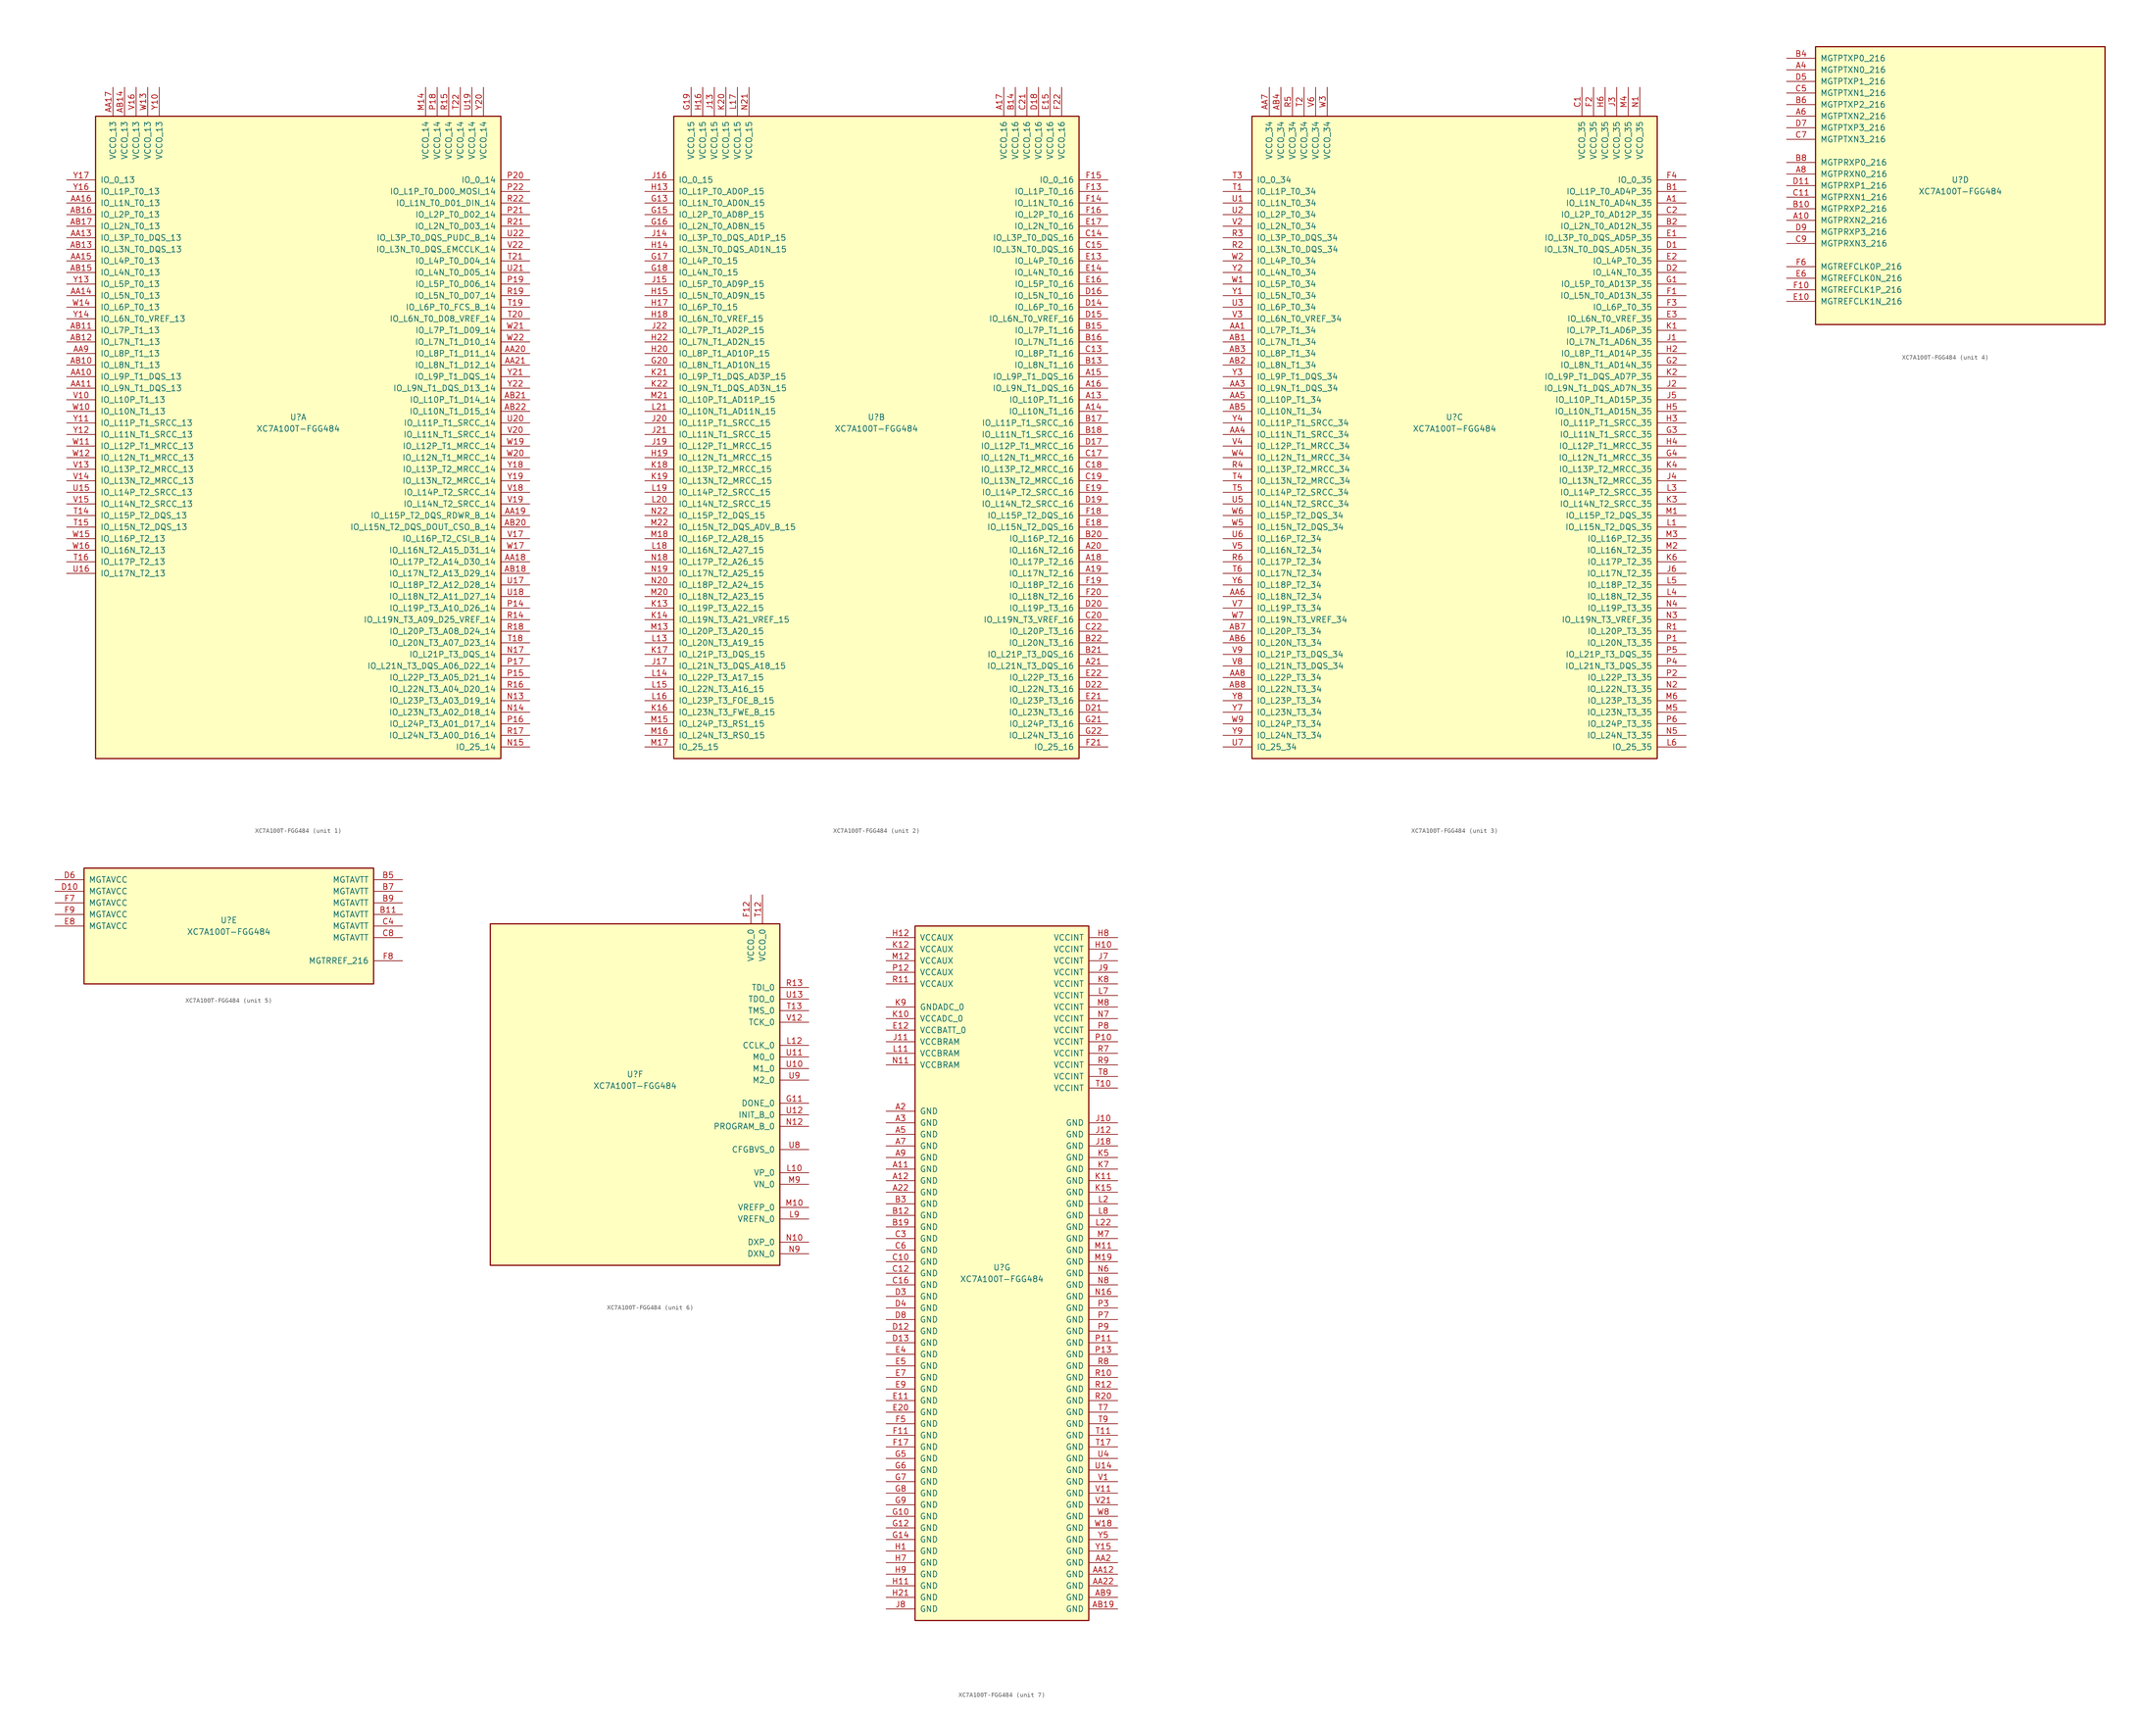
<source format=kicad_sym>
(kicad_symbol_lib
  (version 20201005)
  (generator kicad_symbol_editor)
  (symbol "XC7A100T-FGG484"
    (pin_names
      (offset 1.016))
    (property "Reference" "U"
      (at 0 1.27 0)
      (effects (font (size 1.27 1.27))))
    (property "Value" "XC7A100T-FGG484"
      (at 0 -1.27 0)
      (effects (font (size 1.27 1.27))))
    (property "Datasheet" ""
      (at 0 0 0)
      (effects (font (size 1.27 1.27))))
    (property "ki_locked" ""
      (at 0 0 0)
      (effects (font (size 1.27 1.27))))
    (symbol "XC7A100T-FGG484_1_1"
      (rectangle (start -44.45 67.31) (end 44.45 -73.66) (stroke (width 0.254)) (fill (type background)))
      (pin power_in line (at -40.64 73.66 270) (length 6.35) (name "VCCO_13" (effects (font (size 1.27 1.27)))) (number "AA17" (effects (font (size 1.27 1.27)))))
      (pin power_in line (at -38.1 73.66 270) (length 6.35) (name "VCCO_13" (effects (font (size 1.27 1.27)))) (number "AB14" (effects (font (size 1.27 1.27)))))
      (pin power_in line (at -35.56 73.66 270) (length 6.35) (name "VCCO_13" (effects (font (size 1.27 1.27)))) (number "V16" (effects (font (size 1.27 1.27)))))
      (pin power_in line (at -33.02 73.66 270) (length 6.35) (name "VCCO_13" (effects (font (size 1.27 1.27)))) (number "W13" (effects (font (size 1.27 1.27)))))
      (pin power_in line (at -30.48 73.66 270) (length 6.35) (name "VCCO_13" (effects (font (size 1.27 1.27)))) (number "Y10" (effects (font (size 1.27 1.27)))))
      (pin bidirectional line (at -50.8 53.34 0) (length 6.35) (name "IO_0_13" (effects (font (size 1.27 1.27)))) (number "Y17" (effects (font (size 1.27 1.27)))))
      (pin bidirectional line (at -50.8 50.8 0) (length 6.35) (name "IO_L1P_T0_13" (effects (font (size 1.27 1.27)))) (number "Y16" (effects (font (size 1.27 1.27)))))
      (pin bidirectional line (at -50.8 48.26 0) (length 6.35) (name "IO_L1N_T0_13" (effects (font (size 1.27 1.27)))) (number "AA16" (effects (font (size 1.27 1.27)))))
      (pin bidirectional line (at -50.8 45.72 0) (length 6.35) (name "IO_L2P_T0_13" (effects (font (size 1.27 1.27)))) (number "AB16" (effects (font (size 1.27 1.27)))))
      (pin bidirectional line (at -50.8 43.18 0) (length 6.35) (name "IO_L2N_T0_13" (effects (font (size 1.27 1.27)))) (number "AB17" (effects (font (size 1.27 1.27)))))
      (pin bidirectional line (at -50.8 40.64 0) (length 6.35) (name "IO_L3P_T0_DQS_13" (effects (font (size 1.27 1.27)))) (number "AA13" (effects (font (size 1.27 1.27)))))
      (pin bidirectional line (at -50.8 38.1 0) (length 6.35) (name "IO_L3N_T0_DQS_13" (effects (font (size 1.27 1.27)))) (number "AB13" (effects (font (size 1.27 1.27)))))
      (pin bidirectional line (at -50.8 35.56 0) (length 6.35) (name "IO_L4P_T0_13" (effects (font (size 1.27 1.27)))) (number "AA15" (effects (font (size 1.27 1.27)))))
      (pin bidirectional line (at -50.8 33.02 0) (length 6.35) (name "IO_L4N_T0_13" (effects (font (size 1.27 1.27)))) (number "AB15" (effects (font (size 1.27 1.27)))))
      (pin bidirectional line (at -50.8 30.48 0) (length 6.35) (name "IO_L5P_T0_13" (effects (font (size 1.27 1.27)))) (number "Y13" (effects (font (size 1.27 1.27)))))
      (pin bidirectional line (at -50.8 27.94 0) (length 6.35) (name "IO_L5N_T0_13" (effects (font (size 1.27 1.27)))) (number "AA14" (effects (font (size 1.27 1.27)))))
      (pin bidirectional line (at -50.8 25.4 0) (length 6.35) (name "IO_L6P_T0_13" (effects (font (size 1.27 1.27)))) (number "W14" (effects (font (size 1.27 1.27)))))
      (pin bidirectional line (at -50.8 22.86 0) (length 6.35) (name "IO_L6N_T0_VREF_13" (effects (font (size 1.27 1.27)))) (number "Y14" (effects (font (size 1.27 1.27)))))
      (pin bidirectional line (at -50.8 20.32 0) (length 6.35) (name "IO_L7P_T1_13" (effects (font (size 1.27 1.27)))) (number "AB11" (effects (font (size 1.27 1.27)))))
      (pin bidirectional line (at -50.8 17.78 0) (length 6.35) (name "IO_L7N_T1_13" (effects (font (size 1.27 1.27)))) (number "AB12" (effects (font (size 1.27 1.27)))))
      (pin bidirectional line (at -50.8 15.24 0) (length 6.35) (name "IO_L8P_T1_13" (effects (font (size 1.27 1.27)))) (number "AA9" (effects (font (size 1.27 1.27)))))
      (pin bidirectional line (at -50.8 12.7 0) (length 6.35) (name "IO_L8N_T1_13" (effects (font (size 1.27 1.27)))) (number "AB10" (effects (font (size 1.27 1.27)))))
      (pin bidirectional line (at -50.8 10.16 0) (length 6.35) (name "IO_L9P_T1_DQS_13" (effects (font (size 1.27 1.27)))) (number "AA10" (effects (font (size 1.27 1.27)))))
      (pin bidirectional line (at -50.8 7.62 0) (length 6.35) (name "IO_L9N_T1_DQS_13" (effects (font (size 1.27 1.27)))) (number "AA11" (effects (font (size 1.27 1.27)))))
      (pin bidirectional line (at -50.8 5.08 0) (length 6.35) (name "IO_L10P_T1_13" (effects (font (size 1.27 1.27)))) (number "V10" (effects (font (size 1.27 1.27)))))
      (pin bidirectional line (at -50.8 2.54 0) (length 6.35) (name "IO_L10N_T1_13" (effects (font (size 1.27 1.27)))) (number "W10" (effects (font (size 1.27 1.27)))))
      (pin bidirectional line (at -50.8 0 0) (length 6.35) (name "IO_L11P_T1_SRCC_13" (effects (font (size 1.27 1.27)))) (number "Y11" (effects (font (size 1.27 1.27)))))
      (pin bidirectional line (at -50.8 -2.54 0) (length 6.35) (name "IO_L11N_T1_SRCC_13" (effects (font (size 1.27 1.27)))) (number "Y12" (effects (font (size 1.27 1.27)))))
      (pin bidirectional line (at -50.8 -5.08 0) (length 6.35) (name "IO_L12P_T1_MRCC_13" (effects (font (size 1.27 1.27)))) (number "W11" (effects (font (size 1.27 1.27)))))
      (pin bidirectional line (at -50.8 -7.62 0) (length 6.35) (name "IO_L12N_T1_MRCC_13" (effects (font (size 1.27 1.27)))) (number "W12" (effects (font (size 1.27 1.27)))))
      (pin bidirectional line (at -50.8 -10.16 0) (length 6.35) (name "IO_L13P_T2_MRCC_13" (effects (font (size 1.27 1.27)))) (number "V13" (effects (font (size 1.27 1.27)))))
      (pin bidirectional line (at -50.8 -12.7 0) (length 6.35) (name "IO_L13N_T2_MRCC_13" (effects (font (size 1.27 1.27)))) (number "V14" (effects (font (size 1.27 1.27)))))
      (pin bidirectional line (at -50.8 -15.24 0) (length 6.35) (name "IO_L14P_T2_SRCC_13" (effects (font (size 1.27 1.27)))) (number "U15" (effects (font (size 1.27 1.27)))))
      (pin bidirectional line (at -50.8 -17.78 0) (length 6.35) (name "IO_L14N_T2_SRCC_13" (effects (font (size 1.27 1.27)))) (number "V15" (effects (font (size 1.27 1.27)))))
      (pin bidirectional line (at -50.8 -20.32 0) (length 6.35) (name "IO_L15P_T2_DQS_13" (effects (font (size 1.27 1.27)))) (number "T14" (effects (font (size 1.27 1.27)))))
      (pin bidirectional line (at -50.8 -22.86 0) (length 6.35) (name "IO_L15N_T2_DQS_13" (effects (font (size 1.27 1.27)))) (number "T15" (effects (font (size 1.27 1.27)))))
      (pin bidirectional line (at -50.8 -25.4 0) (length 6.35) (name "IO_L16P_T2_13" (effects (font (size 1.27 1.27)))) (number "W15" (effects (font (size 1.27 1.27)))))
      (pin bidirectional line (at -50.8 -27.94 0) (length 6.35) (name "IO_L16N_T2_13" (effects (font (size 1.27 1.27)))) (number "W16" (effects (font (size 1.27 1.27)))))
      (pin bidirectional line (at -50.8 -30.48 0) (length 6.35) (name "IO_L17P_T2_13" (effects (font (size 1.27 1.27)))) (number "T16" (effects (font (size 1.27 1.27)))))
      (pin bidirectional line (at -50.8 -33.02 0) (length 6.35) (name "IO_L17N_T2_13" (effects (font (size 1.27 1.27)))) (number "U16" (effects (font (size 1.27 1.27)))))
      (pin power_in line (at 27.94 73.66 270) (length 6.35) (name "VCCO_14" (effects (font (size 1.27 1.27)))) (number "M14" (effects (font (size 1.27 1.27)))))
      (pin power_in line (at 30.48 73.66 270) (length 6.35) (name "VCCO_14" (effects (font (size 1.27 1.27)))) (number "P18" (effects (font (size 1.27 1.27)))))
      (pin power_in line (at 33.02 73.66 270) (length 6.35) (name "VCCO_14" (effects (font (size 1.27 1.27)))) (number "R15" (effects (font (size 1.27 1.27)))))
      (pin power_in line (at 35.56 73.66 270) (length 6.35) (name "VCCO_14" (effects (font (size 1.27 1.27)))) (number "T22" (effects (font (size 1.27 1.27)))))
      (pin power_in line (at 38.1 73.66 270) (length 6.35) (name "VCCO_14" (effects (font (size 1.27 1.27)))) (number "U19" (effects (font (size 1.27 1.27)))))
      (pin power_in line (at 40.64 73.66 270) (length 6.35) (name "VCCO_14" (effects (font (size 1.27 1.27)))) (number "Y20" (effects (font (size 1.27 1.27)))))
      (pin bidirectional line (at 50.8 53.34 180) (length 6.35) (name "IO_0_14" (effects (font (size 1.27 1.27)))) (number "P20" (effects (font (size 1.27 1.27)))))
      (pin bidirectional line (at 50.8 50.8 180) (length 6.35) (name "IO_L1P_T0_D00_MOSI_14" (effects (font (size 1.27 1.27)))) (number "P22" (effects (font (size 1.27 1.27)))))
      (pin bidirectional line (at 50.8 48.26 180) (length 6.35) (name "IO_L1N_T0_D01_DIN_14" (effects (font (size 1.27 1.27)))) (number "R22" (effects (font (size 1.27 1.27)))))
      (pin bidirectional line (at 50.8 45.72 180) (length 6.35) (name "IO_L2P_T0_D02_14" (effects (font (size 1.27 1.27)))) (number "P21" (effects (font (size 1.27 1.27)))))
      (pin bidirectional line (at 50.8 43.18 180) (length 6.35) (name "IO_L2N_T0_D03_14" (effects (font (size 1.27 1.27)))) (number "R21" (effects (font (size 1.27 1.27)))))
      (pin bidirectional line (at 50.8 40.64 180) (length 6.35) (name "IO_L3P_T0_DQS_PUDC_B_14" (effects (font (size 1.27 1.27)))) (number "U22" (effects (font (size 1.27 1.27)))))
      (pin bidirectional line (at 50.8 38.1 180) (length 6.35) (name "IO_L3N_T0_DQS_EMCCLK_14" (effects (font (size 1.27 1.27)))) (number "V22" (effects (font (size 1.27 1.27)))))
      (pin bidirectional line (at 50.8 35.56 180) (length 6.35) (name "IO_L4P_T0_D04_14" (effects (font (size 1.27 1.27)))) (number "T21" (effects (font (size 1.27 1.27)))))
      (pin bidirectional line (at 50.8 33.02 180) (length 6.35) (name "IO_L4N_T0_D05_14" (effects (font (size 1.27 1.27)))) (number "U21" (effects (font (size 1.27 1.27)))))
      (pin bidirectional line (at 50.8 30.48 180) (length 6.35) (name "IO_L5P_T0_D06_14" (effects (font (size 1.27 1.27)))) (number "P19" (effects (font (size 1.27 1.27)))))
      (pin bidirectional line (at 50.8 27.94 180) (length 6.35) (name "IO_L5N_T0_D07_14" (effects (font (size 1.27 1.27)))) (number "R19" (effects (font (size 1.27 1.27)))))
      (pin bidirectional line (at 50.8 25.4 180) (length 6.35) (name "IO_L6P_T0_FCS_B_14" (effects (font (size 1.27 1.27)))) (number "T19" (effects (font (size 1.27 1.27)))))
      (pin bidirectional line (at 50.8 22.86 180) (length 6.35) (name "IO_L6N_T0_D08_VREF_14" (effects (font (size 1.27 1.27)))) (number "T20" (effects (font (size 1.27 1.27)))))
      (pin bidirectional line (at 50.8 20.32 180) (length 6.35) (name "IO_L7P_T1_D09_14" (effects (font (size 1.27 1.27)))) (number "W21" (effects (font (size 1.27 1.27)))))
      (pin bidirectional line (at 50.8 17.78 180) (length 6.35) (name "IO_L7N_T1_D10_14" (effects (font (size 1.27 1.27)))) (number "W22" (effects (font (size 1.27 1.27)))))
      (pin bidirectional line (at 50.8 15.24 180) (length 6.35) (name "IO_L8P_T1_D11_14" (effects (font (size 1.27 1.27)))) (number "AA20" (effects (font (size 1.27 1.27)))))
      (pin bidirectional line (at 50.8 12.7 180) (length 6.35) (name "IO_L8N_T1_D12_14" (effects (font (size 1.27 1.27)))) (number "AA21" (effects (font (size 1.27 1.27)))))
      (pin bidirectional line (at 50.8 10.16 180) (length 6.35) (name "IO_L9P_T1_DQS_14" (effects (font (size 1.27 1.27)))) (number "Y21" (effects (font (size 1.27 1.27)))))
      (pin bidirectional line (at 50.8 7.62 180) (length 6.35) (name "IO_L9N_T1_DQS_D13_14" (effects (font (size 1.27 1.27)))) (number "Y22" (effects (font (size 1.27 1.27)))))
      (pin bidirectional line (at 50.8 5.08 180) (length 6.35) (name "IO_L10P_T1_D14_14" (effects (font (size 1.27 1.27)))) (number "AB21" (effects (font (size 1.27 1.27)))))
      (pin bidirectional line (at 50.8 2.54 180) (length 6.35) (name "IO_L10N_T1_D15_14" (effects (font (size 1.27 1.27)))) (number "AB22" (effects (font (size 1.27 1.27)))))
      (pin bidirectional line (at 50.8 0 180) (length 6.35) (name "IO_L11P_T1_SRCC_14" (effects (font (size 1.27 1.27)))) (number "U20" (effects (font (size 1.27 1.27)))))
      (pin bidirectional line (at 50.8 -2.54 180) (length 6.35) (name "IO_L11N_T1_SRCC_14" (effects (font (size 1.27 1.27)))) (number "V20" (effects (font (size 1.27 1.27)))))
      (pin bidirectional line (at 50.8 -5.08 180) (length 6.35) (name "IO_L12P_T1_MRCC_14" (effects (font (size 1.27 1.27)))) (number "W19" (effects (font (size 1.27 1.27)))))
      (pin bidirectional line (at 50.8 -7.62 180) (length 6.35) (name "IO_L12N_T1_MRCC_14" (effects (font (size 1.27 1.27)))) (number "W20" (effects (font (size 1.27 1.27)))))
      (pin bidirectional line (at 50.8 -10.16 180) (length 6.35) (name "IO_L13P_T2_MRCC_14" (effects (font (size 1.27 1.27)))) (number "Y18" (effects (font (size 1.27 1.27)))))
      (pin bidirectional line (at 50.8 -12.7 180) (length 6.35) (name "IO_L13N_T2_MRCC_14" (effects (font (size 1.27 1.27)))) (number "Y19" (effects (font (size 1.27 1.27)))))
      (pin bidirectional line (at 50.8 -15.24 180) (length 6.35) (name "IO_L14P_T2_SRCC_14" (effects (font (size 1.27 1.27)))) (number "V18" (effects (font (size 1.27 1.27)))))
      (pin bidirectional line (at 50.8 -17.78 180) (length 6.35) (name "IO_L14N_T2_SRCC_14" (effects (font (size 1.27 1.27)))) (number "V19" (effects (font (size 1.27 1.27)))))
      (pin bidirectional line (at 50.8 -20.32 180) (length 6.35) (name "IO_L15P_T2_DQS_RDWR_B_14" (effects (font (size 1.27 1.27)))) (number "AA19" (effects (font (size 1.27 1.27)))))
      (pin bidirectional line (at 50.8 -22.86 180) (length 6.35) (name "IO_L15N_T2_DQS_DOUT_CSO_B_14" (effects (font (size 1.27 1.27)))) (number "AB20" (effects (font (size 1.27 1.27)))))
      (pin bidirectional line (at 50.8 -25.4 180) (length 6.35) (name "IO_L16P_T2_CSI_B_14" (effects (font (size 1.27 1.27)))) (number "V17" (effects (font (size 1.27 1.27)))))
      (pin bidirectional line (at 50.8 -27.94 180) (length 6.35) (name "IO_L16N_T2_A15_D31_14" (effects (font (size 1.27 1.27)))) (number "W17" (effects (font (size 1.27 1.27)))))
      (pin bidirectional line (at 50.8 -30.48 180) (length 6.35) (name "IO_L17P_T2_A14_D30_14" (effects (font (size 1.27 1.27)))) (number "AA18" (effects (font (size 1.27 1.27)))))
      (pin bidirectional line (at 50.8 -33.02 180) (length 6.35) (name "IO_L17N_T2_A13_D29_14" (effects (font (size 1.27 1.27)))) (number "AB18" (effects (font (size 1.27 1.27)))))
      (pin bidirectional line (at 50.8 -35.56 180) (length 6.35) (name "IO_L18P_T2_A12_D28_14" (effects (font (size 1.27 1.27)))) (number "U17" (effects (font (size 1.27 1.27)))))
      (pin bidirectional line (at 50.8 -38.1 180) (length 6.35) (name "IO_L18N_T2_A11_D27_14" (effects (font (size 1.27 1.27)))) (number "U18" (effects (font (size 1.27 1.27)))))
      (pin bidirectional line (at 50.8 -40.64 180) (length 6.35) (name "IO_L19P_T3_A10_D26_14" (effects (font (size 1.27 1.27)))) (number "P14" (effects (font (size 1.27 1.27)))))
      (pin bidirectional line (at 50.8 -43.18 180) (length 6.35) (name "IO_L19N_T3_A09_D25_VREF_14" (effects (font (size 1.27 1.27)))) (number "R14" (effects (font (size 1.27 1.27)))))
      (pin bidirectional line (at 50.8 -45.72 180) (length 6.35) (name "IO_L20P_T3_A08_D24_14" (effects (font (size 1.27 1.27)))) (number "R18" (effects (font (size 1.27 1.27)))))
      (pin bidirectional line (at 50.8 -48.26 180) (length 6.35) (name "IO_L20N_T3_A07_D23_14" (effects (font (size 1.27 1.27)))) (number "T18" (effects (font (size 1.27 1.27)))))
      (pin bidirectional line (at 50.8 -50.8 180) (length 6.35) (name "IO_L21P_T3_DQS_14" (effects (font (size 1.27 1.27)))) (number "N17" (effects (font (size 1.27 1.27)))))
      (pin bidirectional line (at 50.8 -53.34 180) (length 6.35) (name "IO_L21N_T3_DQS_A06_D22_14" (effects (font (size 1.27 1.27)))) (number "P17" (effects (font (size 1.27 1.27)))))
      (pin bidirectional line (at 50.8 -55.88 180) (length 6.35) (name "IO_L22P_T3_A05_D21_14" (effects (font (size 1.27 1.27)))) (number "P15" (effects (font (size 1.27 1.27)))))
      (pin bidirectional line (at 50.8 -58.42 180) (length 6.35) (name "IO_L22N_T3_A04_D20_14" (effects (font (size 1.27 1.27)))) (number "R16" (effects (font (size 1.27 1.27)))))
      (pin bidirectional line (at 50.8 -60.96 180) (length 6.35) (name "IO_L23P_T3_A03_D19_14" (effects (font (size 1.27 1.27)))) (number "N13" (effects (font (size 1.27 1.27)))))
      (pin bidirectional line (at 50.8 -63.5 180) (length 6.35) (name "IO_L23N_T3_A02_D18_14" (effects (font (size 1.27 1.27)))) (number "N14" (effects (font (size 1.27 1.27)))))
      (pin bidirectional line (at 50.8 -66.04 180) (length 6.35) (name "IO_L24P_T3_A01_D17_14" (effects (font (size 1.27 1.27)))) (number "P16" (effects (font (size 1.27 1.27)))))
      (pin bidirectional line (at 50.8 -68.58 180) (length 6.35) (name "IO_L24N_T3_A00_D16_14" (effects (font (size 1.27 1.27)))) (number "R17" (effects (font (size 1.27 1.27)))))
      (pin bidirectional line (at 50.8 -71.12 180) (length 6.35) (name "IO_25_14" (effects (font (size 1.27 1.27)))) (number "N15" (effects (font (size 1.27 1.27))))))
    (symbol "XC7A100T-FGG484_2_1"
      (rectangle (start -44.45 67.31) (end 44.45 -73.66) (stroke (width 0.254)) (fill (type background)))
      (pin power_in line (at -40.64 73.66 270) (length 6.35) (name "VCCO_15" (effects (font (size 1.27 1.27)))) (number "G19" (effects (font (size 1.27 1.27)))))
      (pin power_in line (at -38.1 73.66 270) (length 6.35) (name "VCCO_15" (effects (font (size 1.27 1.27)))) (number "H16" (effects (font (size 1.27 1.27)))))
      (pin power_in line (at -35.56 73.66 270) (length 6.35) (name "VCCO_15" (effects (font (size 1.27 1.27)))) (number "J13" (effects (font (size 1.27 1.27)))))
      (pin power_in line (at -33.02 73.66 270) (length 6.35) (name "VCCO_15" (effects (font (size 1.27 1.27)))) (number "K20" (effects (font (size 1.27 1.27)))))
      (pin power_in line (at -30.48 73.66 270) (length 6.35) (name "VCCO_15" (effects (font (size 1.27 1.27)))) (number "L17" (effects (font (size 1.27 1.27)))))
      (pin power_in line (at -27.94 73.66 270) (length 6.35) (name "VCCO_15" (effects (font (size 1.27 1.27)))) (number "N21" (effects (font (size 1.27 1.27)))))
      (pin bidirectional line (at -50.8 53.34 0) (length 6.35) (name "IO_0_15" (effects (font (size 1.27 1.27)))) (number "J16" (effects (font (size 1.27 1.27)))))
      (pin bidirectional line (at -50.8 50.8 0) (length 6.35) (name "IO_L1P_T0_AD0P_15" (effects (font (size 1.27 1.27)))) (number "H13" (effects (font (size 1.27 1.27)))))
      (pin bidirectional line (at -50.8 48.26 0) (length 6.35) (name "IO_L1N_T0_AD0N_15" (effects (font (size 1.27 1.27)))) (number "G13" (effects (font (size 1.27 1.27)))))
      (pin bidirectional line (at -50.8 45.72 0) (length 6.35) (name "IO_L2P_T0_AD8P_15" (effects (font (size 1.27 1.27)))) (number "G15" (effects (font (size 1.27 1.27)))))
      (pin bidirectional line (at -50.8 43.18 0) (length 6.35) (name "IO_L2N_T0_AD8N_15" (effects (font (size 1.27 1.27)))) (number "G16" (effects (font (size 1.27 1.27)))))
      (pin bidirectional line (at -50.8 40.64 0) (length 6.35) (name "IO_L3P_T0_DQS_AD1P_15" (effects (font (size 1.27 1.27)))) (number "J14" (effects (font (size 1.27 1.27)))))
      (pin bidirectional line (at -50.8 38.1 0) (length 6.35) (name "IO_L3N_T0_DQS_AD1N_15" (effects (font (size 1.27 1.27)))) (number "H14" (effects (font (size 1.27 1.27)))))
      (pin bidirectional line (at -50.8 35.56 0) (length 6.35) (name "IO_L4P_T0_15" (effects (font (size 1.27 1.27)))) (number "G17" (effects (font (size 1.27 1.27)))))
      (pin bidirectional line (at -50.8 33.02 0) (length 6.35) (name "IO_L4N_T0_15" (effects (font (size 1.27 1.27)))) (number "G18" (effects (font (size 1.27 1.27)))))
      (pin bidirectional line (at -50.8 30.48 0) (length 6.35) (name "IO_L5P_T0_AD9P_15" (effects (font (size 1.27 1.27)))) (number "J15" (effects (font (size 1.27 1.27)))))
      (pin bidirectional line (at -50.8 27.94 0) (length 6.35) (name "IO_L5N_T0_AD9N_15" (effects (font (size 1.27 1.27)))) (number "H15" (effects (font (size 1.27 1.27)))))
      (pin bidirectional line (at -50.8 25.4 0) (length 6.35) (name "IO_L6P_T0_15" (effects (font (size 1.27 1.27)))) (number "H17" (effects (font (size 1.27 1.27)))))
      (pin bidirectional line (at -50.8 22.86 0) (length 6.35) (name "IO_L6N_T0_VREF_15" (effects (font (size 1.27 1.27)))) (number "H18" (effects (font (size 1.27 1.27)))))
      (pin bidirectional line (at -50.8 20.32 0) (length 6.35) (name "IO_L7P_T1_AD2P_15" (effects (font (size 1.27 1.27)))) (number "J22" (effects (font (size 1.27 1.27)))))
      (pin bidirectional line (at -50.8 17.78 0) (length 6.35) (name "IO_L7N_T1_AD2N_15" (effects (font (size 1.27 1.27)))) (number "H22" (effects (font (size 1.27 1.27)))))
      (pin bidirectional line (at -50.8 15.24 0) (length 6.35) (name "IO_L8P_T1_AD10P_15" (effects (font (size 1.27 1.27)))) (number "H20" (effects (font (size 1.27 1.27)))))
      (pin bidirectional line (at -50.8 12.7 0) (length 6.35) (name "IO_L8N_T1_AD10N_15" (effects (font (size 1.27 1.27)))) (number "G20" (effects (font (size 1.27 1.27)))))
      (pin bidirectional line (at -50.8 10.16 0) (length 6.35) (name "IO_L9P_T1_DQS_AD3P_15" (effects (font (size 1.27 1.27)))) (number "K21" (effects (font (size 1.27 1.27)))))
      (pin bidirectional line (at -50.8 7.62 0) (length 6.35) (name "IO_L9N_T1_DQS_AD3N_15" (effects (font (size 1.27 1.27)))) (number "K22" (effects (font (size 1.27 1.27)))))
      (pin bidirectional line (at -50.8 5.08 0) (length 6.35) (name "IO_L10P_T1_AD11P_15" (effects (font (size 1.27 1.27)))) (number "M21" (effects (font (size 1.27 1.27)))))
      (pin bidirectional line (at -50.8 2.54 0) (length 6.35) (name "IO_L10N_T1_AD11N_15" (effects (font (size 1.27 1.27)))) (number "L21" (effects (font (size 1.27 1.27)))))
      (pin bidirectional line (at -50.8 0 0) (length 6.35) (name "IO_L11P_T1_SRCC_15" (effects (font (size 1.27 1.27)))) (number "J20" (effects (font (size 1.27 1.27)))))
      (pin bidirectional line (at -50.8 -2.54 0) (length 6.35) (name "IO_L11N_T1_SRCC_15" (effects (font (size 1.27 1.27)))) (number "J21" (effects (font (size 1.27 1.27)))))
      (pin bidirectional line (at -50.8 -5.08 0) (length 6.35) (name "IO_L12P_T1_MRCC_15" (effects (font (size 1.27 1.27)))) (number "J19" (effects (font (size 1.27 1.27)))))
      (pin bidirectional line (at -50.8 -7.62 0) (length 6.35) (name "IO_L12N_T1_MRCC_15" (effects (font (size 1.27 1.27)))) (number "H19" (effects (font (size 1.27 1.27)))))
      (pin bidirectional line (at -50.8 -10.16 0) (length 6.35) (name "IO_L13P_T2_MRCC_15" (effects (font (size 1.27 1.27)))) (number "K18" (effects (font (size 1.27 1.27)))))
      (pin bidirectional line (at -50.8 -12.7 0) (length 6.35) (name "IO_L13N_T2_MRCC_15" (effects (font (size 1.27 1.27)))) (number "K19" (effects (font (size 1.27 1.27)))))
      (pin bidirectional line (at -50.8 -15.24 0) (length 6.35) (name "IO_L14P_T2_SRCC_15" (effects (font (size 1.27 1.27)))) (number "L19" (effects (font (size 1.27 1.27)))))
      (pin bidirectional line (at -50.8 -17.78 0) (length 6.35) (name "IO_L14N_T2_SRCC_15" (effects (font (size 1.27 1.27)))) (number "L20" (effects (font (size 1.27 1.27)))))
      (pin bidirectional line (at -50.8 -20.32 0) (length 6.35) (name "IO_L15P_T2_DQS_15" (effects (font (size 1.27 1.27)))) (number "N22" (effects (font (size 1.27 1.27)))))
      (pin bidirectional line (at -50.8 -22.86 0) (length 6.35) (name "IO_L15N_T2_DQS_ADV_B_15" (effects (font (size 1.27 1.27)))) (number "M22" (effects (font (size 1.27 1.27)))))
      (pin bidirectional line (at -50.8 -25.4 0) (length 6.35) (name "IO_L16P_T2_A28_15" (effects (font (size 1.27 1.27)))) (number "M18" (effects (font (size 1.27 1.27)))))
      (pin bidirectional line (at -50.8 -27.94 0) (length 6.35) (name "IO_L16N_T2_A27_15" (effects (font (size 1.27 1.27)))) (number "L18" (effects (font (size 1.27 1.27)))))
      (pin bidirectional line (at -50.8 -30.48 0) (length 6.35) (name "IO_L17P_T2_A26_15" (effects (font (size 1.27 1.27)))) (number "N18" (effects (font (size 1.27 1.27)))))
      (pin bidirectional line (at -50.8 -33.02 0) (length 6.35) (name "IO_L17N_T2_A25_15" (effects (font (size 1.27 1.27)))) (number "N19" (effects (font (size 1.27 1.27)))))
      (pin bidirectional line (at -50.8 -35.56 0) (length 6.35) (name "IO_L18P_T2_A24_15" (effects (font (size 1.27 1.27)))) (number "N20" (effects (font (size 1.27 1.27)))))
      (pin bidirectional line (at -50.8 -38.1 0) (length 6.35) (name "IO_L18N_T2_A23_15" (effects (font (size 1.27 1.27)))) (number "M20" (effects (font (size 1.27 1.27)))))
      (pin bidirectional line (at -50.8 -40.64 0) (length 6.35) (name "IO_L19P_T3_A22_15" (effects (font (size 1.27 1.27)))) (number "K13" (effects (font (size 1.27 1.27)))))
      (pin bidirectional line (at -50.8 -43.18 0) (length 6.35) (name "IO_L19N_T3_A21_VREF_15" (effects (font (size 1.27 1.27)))) (number "K14" (effects (font (size 1.27 1.27)))))
      (pin bidirectional line (at -50.8 -45.72 0) (length 6.35) (name "IO_L20P_T3_A20_15" (effects (font (size 1.27 1.27)))) (number "M13" (effects (font (size 1.27 1.27)))))
      (pin bidirectional line (at -50.8 -48.26 0) (length 6.35) (name "IO_L20N_T3_A19_15" (effects (font (size 1.27 1.27)))) (number "L13" (effects (font (size 1.27 1.27)))))
      (pin bidirectional line (at -50.8 -50.8 0) (length 6.35) (name "IO_L21P_T3_DQS_15" (effects (font (size 1.27 1.27)))) (number "K17" (effects (font (size 1.27 1.27)))))
      (pin bidirectional line (at -50.8 -53.34 0) (length 6.35) (name "IO_L21N_T3_DQS_A18_15" (effects (font (size 1.27 1.27)))) (number "J17" (effects (font (size 1.27 1.27)))))
      (pin bidirectional line (at -50.8 -55.88 0) (length 6.35) (name "IO_L22P_T3_A17_15" (effects (font (size 1.27 1.27)))) (number "L14" (effects (font (size 1.27 1.27)))))
      (pin bidirectional line (at -50.8 -58.42 0) (length 6.35) (name "IO_L22N_T3_A16_15" (effects (font (size 1.27 1.27)))) (number "L15" (effects (font (size 1.27 1.27)))))
      (pin bidirectional line (at -50.8 -60.96 0) (length 6.35) (name "IO_L23P_T3_FOE_B_15" (effects (font (size 1.27 1.27)))) (number "L16" (effects (font (size 1.27 1.27)))))
      (pin bidirectional line (at -50.8 -63.5 0) (length 6.35) (name "IO_L23N_T3_FWE_B_15" (effects (font (size 1.27 1.27)))) (number "K16" (effects (font (size 1.27 1.27)))))
      (pin bidirectional line (at -50.8 -66.04 0) (length 6.35) (name "IO_L24P_T3_RS1_15" (effects (font (size 1.27 1.27)))) (number "M15" (effects (font (size 1.27 1.27)))))
      (pin bidirectional line (at -50.8 -68.58 0) (length 6.35) (name "IO_L24N_T3_RS0_15" (effects (font (size 1.27 1.27)))) (number "M16" (effects (font (size 1.27 1.27)))))
      (pin bidirectional line (at -50.8 -71.12 0) (length 6.35) (name "IO_25_15" (effects (font (size 1.27 1.27)))) (number "M17" (effects (font (size 1.27 1.27)))))
      (pin power_in line (at 27.94 73.66 270) (length 6.35) (name "VCCO_16" (effects (font (size 1.27 1.27)))) (number "A17" (effects (font (size 1.27 1.27)))))
      (pin power_in line (at 30.48 73.66 270) (length 6.35) (name "VCCO_16" (effects (font (size 1.27 1.27)))) (number "B14" (effects (font (size 1.27 1.27)))))
      (pin power_in line (at 33.02 73.66 270) (length 6.35) (name "VCCO_16" (effects (font (size 1.27 1.27)))) (number "C21" (effects (font (size 1.27 1.27)))))
      (pin power_in line (at 35.56 73.66 270) (length 6.35) (name "VCCO_16" (effects (font (size 1.27 1.27)))) (number "D18" (effects (font (size 1.27 1.27)))))
      (pin power_in line (at 38.1 73.66 270) (length 6.35) (name "VCCO_16" (effects (font (size 1.27 1.27)))) (number "E15" (effects (font (size 1.27 1.27)))))
      (pin power_in line (at 40.64 73.66 270) (length 6.35) (name "VCCO_16" (effects (font (size 1.27 1.27)))) (number "F22" (effects (font (size 1.27 1.27)))))
      (pin bidirectional line (at 50.8 53.34 180) (length 6.35) (name "IO_0_16" (effects (font (size 1.27 1.27)))) (number "F15" (effects (font (size 1.27 1.27)))))
      (pin bidirectional line (at 50.8 50.8 180) (length 6.35) (name "IO_L1P_T0_16" (effects (font (size 1.27 1.27)))) (number "F13" (effects (font (size 1.27 1.27)))))
      (pin bidirectional line (at 50.8 48.26 180) (length 6.35) (name "IO_L1N_T0_16" (effects (font (size 1.27 1.27)))) (number "F14" (effects (font (size 1.27 1.27)))))
      (pin bidirectional line (at 50.8 45.72 180) (length 6.35) (name "IO_L2P_T0_16" (effects (font (size 1.27 1.27)))) (number "F16" (effects (font (size 1.27 1.27)))))
      (pin bidirectional line (at 50.8 43.18 180) (length 6.35) (name "IO_L2N_T0_16" (effects (font (size 1.27 1.27)))) (number "E17" (effects (font (size 1.27 1.27)))))
      (pin bidirectional line (at 50.8 40.64 180) (length 6.35) (name "IO_L3P_T0_DQS_16" (effects (font (size 1.27 1.27)))) (number "C14" (effects (font (size 1.27 1.27)))))
      (pin bidirectional line (at 50.8 38.1 180) (length 6.35) (name "IO_L3N_T0_DQS_16" (effects (font (size 1.27 1.27)))) (number "C15" (effects (font (size 1.27 1.27)))))
      (pin bidirectional line (at 50.8 35.56 180) (length 6.35) (name "IO_L4P_T0_16" (effects (font (size 1.27 1.27)))) (number "E13" (effects (font (size 1.27 1.27)))))
      (pin bidirectional line (at 50.8 33.02 180) (length 6.35) (name "IO_L4N_T0_16" (effects (font (size 1.27 1.27)))) (number "E14" (effects (font (size 1.27 1.27)))))
      (pin bidirectional line (at 50.8 30.48 180) (length 6.35) (name "IO_L5P_T0_16" (effects (font (size 1.27 1.27)))) (number "E16" (effects (font (size 1.27 1.27)))))
      (pin bidirectional line (at 50.8 27.94 180) (length 6.35) (name "IO_L5N_T0_16" (effects (font (size 1.27 1.27)))) (number "D16" (effects (font (size 1.27 1.27)))))
      (pin bidirectional line (at 50.8 25.4 180) (length 6.35) (name "IO_L6P_T0_16" (effects (font (size 1.27 1.27)))) (number "D14" (effects (font (size 1.27 1.27)))))
      (pin bidirectional line (at 50.8 22.86 180) (length 6.35) (name "IO_L6N_T0_VREF_16" (effects (font (size 1.27 1.27)))) (number "D15" (effects (font (size 1.27 1.27)))))
      (pin bidirectional line (at 50.8 20.32 180) (length 6.35) (name "IO_L7P_T1_16" (effects (font (size 1.27 1.27)))) (number "B15" (effects (font (size 1.27 1.27)))))
      (pin bidirectional line (at 50.8 17.78 180) (length 6.35) (name "IO_L7N_T1_16" (effects (font (size 1.27 1.27)))) (number "B16" (effects (font (size 1.27 1.27)))))
      (pin bidirectional line (at 50.8 15.24 180) (length 6.35) (name "IO_L8P_T1_16" (effects (font (size 1.27 1.27)))) (number "C13" (effects (font (size 1.27 1.27)))))
      (pin bidirectional line (at 50.8 12.7 180) (length 6.35) (name "IO_L8N_T1_16" (effects (font (size 1.27 1.27)))) (number "B13" (effects (font (size 1.27 1.27)))))
      (pin bidirectional line (at 50.8 10.16 180) (length 6.35) (name "IO_L9P_T1_DQS_16" (effects (font (size 1.27 1.27)))) (number "A15" (effects (font (size 1.27 1.27)))))
      (pin bidirectional line (at 50.8 7.62 180) (length 6.35) (name "IO_L9N_T1_DQS_16" (effects (font (size 1.27 1.27)))) (number "A16" (effects (font (size 1.27 1.27)))))
      (pin bidirectional line (at 50.8 5.08 180) (length 6.35) (name "IO_L10P_T1_16" (effects (font (size 1.27 1.27)))) (number "A13" (effects (font (size 1.27 1.27)))))
      (pin bidirectional line (at 50.8 2.54 180) (length 6.35) (name "IO_L10N_T1_16" (effects (font (size 1.27 1.27)))) (number "A14" (effects (font (size 1.27 1.27)))))
      (pin bidirectional line (at 50.8 0 180) (length 6.35) (name "IO_L11P_T1_SRCC_16" (effects (font (size 1.27 1.27)))) (number "B17" (effects (font (size 1.27 1.27)))))
      (pin bidirectional line (at 50.8 -2.54 180) (length 6.35) (name "IO_L11N_T1_SRCC_16" (effects (font (size 1.27 1.27)))) (number "B18" (effects (font (size 1.27 1.27)))))
      (pin bidirectional line (at 50.8 -5.08 180) (length 6.35) (name "IO_L12P_T1_MRCC_16" (effects (font (size 1.27 1.27)))) (number "D17" (effects (font (size 1.27 1.27)))))
      (pin bidirectional line (at 50.8 -7.62 180) (length 6.35) (name "IO_L12N_T1_MRCC_16" (effects (font (size 1.27 1.27)))) (number "C17" (effects (font (size 1.27 1.27)))))
      (pin bidirectional line (at 50.8 -10.16 180) (length 6.35) (name "IO_L13P_T2_MRCC_16" (effects (font (size 1.27 1.27)))) (number "C18" (effects (font (size 1.27 1.27)))))
      (pin bidirectional line (at 50.8 -12.7 180) (length 6.35) (name "IO_L13N_T2_MRCC_16" (effects (font (size 1.27 1.27)))) (number "C19" (effects (font (size 1.27 1.27)))))
      (pin bidirectional line (at 50.8 -15.24 180) (length 6.35) (name "IO_L14P_T2_SRCC_16" (effects (font (size 1.27 1.27)))) (number "E19" (effects (font (size 1.27 1.27)))))
      (pin bidirectional line (at 50.8 -17.78 180) (length 6.35) (name "IO_L14N_T2_SRCC_16" (effects (font (size 1.27 1.27)))) (number "D19" (effects (font (size 1.27 1.27)))))
      (pin bidirectional line (at 50.8 -20.32 180) (length 6.35) (name "IO_L15P_T2_DQS_16" (effects (font (size 1.27 1.27)))) (number "F18" (effects (font (size 1.27 1.27)))))
      (pin bidirectional line (at 50.8 -22.86 180) (length 6.35) (name "IO_L15N_T2_DQS_16" (effects (font (size 1.27 1.27)))) (number "E18" (effects (font (size 1.27 1.27)))))
      (pin bidirectional line (at 50.8 -25.4 180) (length 6.35) (name "IO_L16P_T2_16" (effects (font (size 1.27 1.27)))) (number "B20" (effects (font (size 1.27 1.27)))))
      (pin bidirectional line (at 50.8 -27.94 180) (length 6.35) (name "IO_L16N_T2_16" (effects (font (size 1.27 1.27)))) (number "A20" (effects (font (size 1.27 1.27)))))
      (pin bidirectional line (at 50.8 -30.48 180) (length 6.35) (name "IO_L17P_T2_16" (effects (font (size 1.27 1.27)))) (number "A18" (effects (font (size 1.27 1.27)))))
      (pin bidirectional line (at 50.8 -33.02 180) (length 6.35) (name "IO_L17N_T2_16" (effects (font (size 1.27 1.27)))) (number "A19" (effects (font (size 1.27 1.27)))))
      (pin bidirectional line (at 50.8 -35.56 180) (length 6.35) (name "IO_L18P_T2_16" (effects (font (size 1.27 1.27)))) (number "F19" (effects (font (size 1.27 1.27)))))
      (pin bidirectional line (at 50.8 -38.1 180) (length 6.35) (name "IO_L18N_T2_16" (effects (font (size 1.27 1.27)))) (number "F20" (effects (font (size 1.27 1.27)))))
      (pin bidirectional line (at 50.8 -40.64 180) (length 6.35) (name "IO_L19P_T3_16" (effects (font (size 1.27 1.27)))) (number "D20" (effects (font (size 1.27 1.27)))))
      (pin bidirectional line (at 50.8 -43.18 180) (length 6.35) (name "IO_L19N_T3_VREF_16" (effects (font (size 1.27 1.27)))) (number "C20" (effects (font (size 1.27 1.27)))))
      (pin bidirectional line (at 50.8 -45.72 180) (length 6.35) (name "IO_L20P_T3_16" (effects (font (size 1.27 1.27)))) (number "C22" (effects (font (size 1.27 1.27)))))
      (pin bidirectional line (at 50.8 -48.26 180) (length 6.35) (name "IO_L20N_T3_16" (effects (font (size 1.27 1.27)))) (number "B22" (effects (font (size 1.27 1.27)))))
      (pin bidirectional line (at 50.8 -50.8 180) (length 6.35) (name "IO_L21P_T3_DQS_16" (effects (font (size 1.27 1.27)))) (number "B21" (effects (font (size 1.27 1.27)))))
      (pin bidirectional line (at 50.8 -53.34 180) (length 6.35) (name "IO_L21N_T3_DQS_16" (effects (font (size 1.27 1.27)))) (number "A21" (effects (font (size 1.27 1.27)))))
      (pin bidirectional line (at 50.8 -55.88 180) (length 6.35) (name "IO_L22P_T3_16" (effects (font (size 1.27 1.27)))) (number "E22" (effects (font (size 1.27 1.27)))))
      (pin bidirectional line (at 50.8 -58.42 180) (length 6.35) (name "IO_L22N_T3_16" (effects (font (size 1.27 1.27)))) (number "D22" (effects (font (size 1.27 1.27)))))
      (pin bidirectional line (at 50.8 -60.96 180) (length 6.35) (name "IO_L23P_T3_16" (effects (font (size 1.27 1.27)))) (number "E21" (effects (font (size 1.27 1.27)))))
      (pin bidirectional line (at 50.8 -63.5 180) (length 6.35) (name "IO_L23N_T3_16" (effects (font (size 1.27 1.27)))) (number "D21" (effects (font (size 1.27 1.27)))))
      (pin bidirectional line (at 50.8 -66.04 180) (length 6.35) (name "IO_L24P_T3_16" (effects (font (size 1.27 1.27)))) (number "G21" (effects (font (size 1.27 1.27)))))
      (pin bidirectional line (at 50.8 -68.58 180) (length 6.35) (name "IO_L24N_T3_16" (effects (font (size 1.27 1.27)))) (number "G22" (effects (font (size 1.27 1.27)))))
      (pin bidirectional line (at 50.8 -71.12 180) (length 6.35) (name "IO_25_16" (effects (font (size 1.27 1.27)))) (number "F21" (effects (font (size 1.27 1.27))))))
    (symbol "XC7A100T-FGG484_3_1"
      (rectangle (start -44.45 67.31) (end 44.45 -73.66) (stroke (width 0.254)) (fill (type background)))
      (pin power_in line (at -40.64 73.66 270) (length 6.35) (name "VCCO_34" (effects (font (size 1.27 1.27)))) (number "AA7" (effects (font (size 1.27 1.27)))))
      (pin power_in line (at -38.1 73.66 270) (length 6.35) (name "VCCO_34" (effects (font (size 1.27 1.27)))) (number "AB4" (effects (font (size 1.27 1.27)))))
      (pin power_in line (at -35.56 73.66 270) (length 6.35) (name "VCCO_34" (effects (font (size 1.27 1.27)))) (number "R5" (effects (font (size 1.27 1.27)))))
      (pin power_in line (at -33.02 73.66 270) (length 6.35) (name "VCCO_34" (effects (font (size 1.27 1.27)))) (number "T2" (effects (font (size 1.27 1.27)))))
      (pin power_in line (at -30.48 73.66 270) (length 6.35) (name "VCCO_34" (effects (font (size 1.27 1.27)))) (number "V6" (effects (font (size 1.27 1.27)))))
      (pin power_in line (at -27.94 73.66 270) (length 6.35) (name "VCCO_34" (effects (font (size 1.27 1.27)))) (number "W3" (effects (font (size 1.27 1.27)))))
      (pin bidirectional line (at -50.8 53.34 0) (length 6.35) (name "IO_0_34" (effects (font (size 1.27 1.27)))) (number "T3" (effects (font (size 1.27 1.27)))))
      (pin bidirectional line (at -50.8 50.8 0) (length 6.35) (name "IO_L1P_T0_34" (effects (font (size 1.27 1.27)))) (number "T1" (effects (font (size 1.27 1.27)))))
      (pin bidirectional line (at -50.8 48.26 0) (length 6.35) (name "IO_L1N_T0_34" (effects (font (size 1.27 1.27)))) (number "U1" (effects (font (size 1.27 1.27)))))
      (pin bidirectional line (at -50.8 45.72 0) (length 6.35) (name "IO_L2P_T0_34" (effects (font (size 1.27 1.27)))) (number "U2" (effects (font (size 1.27 1.27)))))
      (pin bidirectional line (at -50.8 43.18 0) (length 6.35) (name "IO_L2N_T0_34" (effects (font (size 1.27 1.27)))) (number "V2" (effects (font (size 1.27 1.27)))))
      (pin bidirectional line (at -50.8 40.64 0) (length 6.35) (name "IO_L3P_T0_DQS_34" (effects (font (size 1.27 1.27)))) (number "R3" (effects (font (size 1.27 1.27)))))
      (pin bidirectional line (at -50.8 38.1 0) (length 6.35) (name "IO_L3N_T0_DQS_34" (effects (font (size 1.27 1.27)))) (number "R2" (effects (font (size 1.27 1.27)))))
      (pin bidirectional line (at -50.8 35.56 0) (length 6.35) (name "IO_L4P_T0_34" (effects (font (size 1.27 1.27)))) (number "W2" (effects (font (size 1.27 1.27)))))
      (pin bidirectional line (at -50.8 33.02 0) (length 6.35) (name "IO_L4N_T0_34" (effects (font (size 1.27 1.27)))) (number "Y2" (effects (font (size 1.27 1.27)))))
      (pin bidirectional line (at -50.8 30.48 0) (length 6.35) (name "IO_L5P_T0_34" (effects (font (size 1.27 1.27)))) (number "W1" (effects (font (size 1.27 1.27)))))
      (pin bidirectional line (at -50.8 27.94 0) (length 6.35) (name "IO_L5N_T0_34" (effects (font (size 1.27 1.27)))) (number "Y1" (effects (font (size 1.27 1.27)))))
      (pin bidirectional line (at -50.8 25.4 0) (length 6.35) (name "IO_L6P_T0_34" (effects (font (size 1.27 1.27)))) (number "U3" (effects (font (size 1.27 1.27)))))
      (pin bidirectional line (at -50.8 22.86 0) (length 6.35) (name "IO_L6N_T0_VREF_34" (effects (font (size 1.27 1.27)))) (number "V3" (effects (font (size 1.27 1.27)))))
      (pin bidirectional line (at -50.8 20.32 0) (length 6.35) (name "IO_L7P_T1_34" (effects (font (size 1.27 1.27)))) (number "AA1" (effects (font (size 1.27 1.27)))))
      (pin bidirectional line (at -50.8 17.78 0) (length 6.35) (name "IO_L7N_T1_34" (effects (font (size 1.27 1.27)))) (number "AB1" (effects (font (size 1.27 1.27)))))
      (pin bidirectional line (at -50.8 15.24 0) (length 6.35) (name "IO_L8P_T1_34" (effects (font (size 1.27 1.27)))) (number "AB3" (effects (font (size 1.27 1.27)))))
      (pin bidirectional line (at -50.8 12.7 0) (length 6.35) (name "IO_L8N_T1_34" (effects (font (size 1.27 1.27)))) (number "AB2" (effects (font (size 1.27 1.27)))))
      (pin bidirectional line (at -50.8 10.16 0) (length 6.35) (name "IO_L9P_T1_DQS_34" (effects (font (size 1.27 1.27)))) (number "Y3" (effects (font (size 1.27 1.27)))))
      (pin bidirectional line (at -50.8 7.62 0) (length 6.35) (name "IO_L9N_T1_DQS_34" (effects (font (size 1.27 1.27)))) (number "AA3" (effects (font (size 1.27 1.27)))))
      (pin bidirectional line (at -50.8 5.08 0) (length 6.35) (name "IO_L10P_T1_34" (effects (font (size 1.27 1.27)))) (number "AA5" (effects (font (size 1.27 1.27)))))
      (pin bidirectional line (at -50.8 2.54 0) (length 6.35) (name "IO_L10N_T1_34" (effects (font (size 1.27 1.27)))) (number "AB5" (effects (font (size 1.27 1.27)))))
      (pin bidirectional line (at -50.8 0 0) (length 6.35) (name "IO_L11P_T1_SRCC_34" (effects (font (size 1.27 1.27)))) (number "Y4" (effects (font (size 1.27 1.27)))))
      (pin bidirectional line (at -50.8 -2.54 0) (length 6.35) (name "IO_L11N_T1_SRCC_34" (effects (font (size 1.27 1.27)))) (number "AA4" (effects (font (size 1.27 1.27)))))
      (pin bidirectional line (at -50.8 -5.08 0) (length 6.35) (name "IO_L12P_T1_MRCC_34" (effects (font (size 1.27 1.27)))) (number "V4" (effects (font (size 1.27 1.27)))))
      (pin bidirectional line (at -50.8 -7.62 0) (length 6.35) (name "IO_L12N_T1_MRCC_34" (effects (font (size 1.27 1.27)))) (number "W4" (effects (font (size 1.27 1.27)))))
      (pin bidirectional line (at -50.8 -10.16 0) (length 6.35) (name "IO_L13P_T2_MRCC_34" (effects (font (size 1.27 1.27)))) (number "R4" (effects (font (size 1.27 1.27)))))
      (pin bidirectional line (at -50.8 -12.7 0) (length 6.35) (name "IO_L13N_T2_MRCC_34" (effects (font (size 1.27 1.27)))) (number "T4" (effects (font (size 1.27 1.27)))))
      (pin bidirectional line (at -50.8 -15.24 0) (length 6.35) (name "IO_L14P_T2_SRCC_34" (effects (font (size 1.27 1.27)))) (number "T5" (effects (font (size 1.27 1.27)))))
      (pin bidirectional line (at -50.8 -17.78 0) (length 6.35) (name "IO_L14N_T2_SRCC_34" (effects (font (size 1.27 1.27)))) (number "U5" (effects (font (size 1.27 1.27)))))
      (pin bidirectional line (at -50.8 -20.32 0) (length 6.35) (name "IO_L15P_T2_DQS_34" (effects (font (size 1.27 1.27)))) (number "W6" (effects (font (size 1.27 1.27)))))
      (pin bidirectional line (at -50.8 -22.86 0) (length 6.35) (name "IO_L15N_T2_DQS_34" (effects (font (size 1.27 1.27)))) (number "W5" (effects (font (size 1.27 1.27)))))
      (pin bidirectional line (at -50.8 -25.4 0) (length 6.35) (name "IO_L16P_T2_34" (effects (font (size 1.27 1.27)))) (number "U6" (effects (font (size 1.27 1.27)))))
      (pin bidirectional line (at -50.8 -27.94 0) (length 6.35) (name "IO_L16N_T2_34" (effects (font (size 1.27 1.27)))) (number "V5" (effects (font (size 1.27 1.27)))))
      (pin bidirectional line (at -50.8 -30.48 0) (length 6.35) (name "IO_L17P_T2_34" (effects (font (size 1.27 1.27)))) (number "R6" (effects (font (size 1.27 1.27)))))
      (pin bidirectional line (at -50.8 -33.02 0) (length 6.35) (name "IO_L17N_T2_34" (effects (font (size 1.27 1.27)))) (number "T6" (effects (font (size 1.27 1.27)))))
      (pin bidirectional line (at -50.8 -35.56 0) (length 6.35) (name "IO_L18P_T2_34" (effects (font (size 1.27 1.27)))) (number "Y6" (effects (font (size 1.27 1.27)))))
      (pin bidirectional line (at -50.8 -38.1 0) (length 6.35) (name "IO_L18N_T2_34" (effects (font (size 1.27 1.27)))) (number "AA6" (effects (font (size 1.27 1.27)))))
      (pin bidirectional line (at -50.8 -40.64 0) (length 6.35) (name "IO_L19P_T3_34" (effects (font (size 1.27 1.27)))) (number "V7" (effects (font (size 1.27 1.27)))))
      (pin bidirectional line (at -50.8 -43.18 0) (length 6.35) (name "IO_L19N_T3_VREF_34" (effects (font (size 1.27 1.27)))) (number "W7" (effects (font (size 1.27 1.27)))))
      (pin bidirectional line (at -50.8 -45.72 0) (length 6.35) (name "IO_L20P_T3_34" (effects (font (size 1.27 1.27)))) (number "AB7" (effects (font (size 1.27 1.27)))))
      (pin bidirectional line (at -50.8 -48.26 0) (length 6.35) (name "IO_L20N_T3_34" (effects (font (size 1.27 1.27)))) (number "AB6" (effects (font (size 1.27 1.27)))))
      (pin bidirectional line (at -50.8 -50.8 0) (length 6.35) (name "IO_L21P_T3_DQS_34" (effects (font (size 1.27 1.27)))) (number "V9" (effects (font (size 1.27 1.27)))))
      (pin bidirectional line (at -50.8 -53.34 0) (length 6.35) (name "IO_L21N_T3_DQS_34" (effects (font (size 1.27 1.27)))) (number "V8" (effects (font (size 1.27 1.27)))))
      (pin bidirectional line (at -50.8 -55.88 0) (length 6.35) (name "IO_L22P_T3_34" (effects (font (size 1.27 1.27)))) (number "AA8" (effects (font (size 1.27 1.27)))))
      (pin bidirectional line (at -50.8 -58.42 0) (length 6.35) (name "IO_L22N_T3_34" (effects (font (size 1.27 1.27)))) (number "AB8" (effects (font (size 1.27 1.27)))))
      (pin bidirectional line (at -50.8 -60.96 0) (length 6.35) (name "IO_L23P_T3_34" (effects (font (size 1.27 1.27)))) (number "Y8" (effects (font (size 1.27 1.27)))))
      (pin bidirectional line (at -50.8 -63.5 0) (length 6.35) (name "IO_L23N_T3_34" (effects (font (size 1.27 1.27)))) (number "Y7" (effects (font (size 1.27 1.27)))))
      (pin bidirectional line (at -50.8 -66.04 0) (length 6.35) (name "IO_L24P_T3_34" (effects (font (size 1.27 1.27)))) (number "W9" (effects (font (size 1.27 1.27)))))
      (pin bidirectional line (at -50.8 -68.58 0) (length 6.35) (name "IO_L24N_T3_34" (effects (font (size 1.27 1.27)))) (number "Y9" (effects (font (size 1.27 1.27)))))
      (pin bidirectional line (at -50.8 -71.12 0) (length 6.35) (name "IO_25_34" (effects (font (size 1.27 1.27)))) (number "U7" (effects (font (size 1.27 1.27)))))
      (pin power_in line (at 27.94 73.66 270) (length 6.35) (name "VCCO_35" (effects (font (size 1.27 1.27)))) (number "C1" (effects (font (size 1.27 1.27)))))
      (pin power_in line (at 30.48 73.66 270) (length 6.35) (name "VCCO_35" (effects (font (size 1.27 1.27)))) (number "F2" (effects (font (size 1.27 1.27)))))
      (pin power_in line (at 33.02 73.66 270) (length 6.35) (name "VCCO_35" (effects (font (size 1.27 1.27)))) (number "H6" (effects (font (size 1.27 1.27)))))
      (pin power_in line (at 35.56 73.66 270) (length 6.35) (name "VCCO_35" (effects (font (size 1.27 1.27)))) (number "J3" (effects (font (size 1.27 1.27)))))
      (pin power_in line (at 38.1 73.66 270) (length 6.35) (name "VCCO_35" (effects (font (size 1.27 1.27)))) (number "M4" (effects (font (size 1.27 1.27)))))
      (pin power_in line (at 40.64 73.66 270) (length 6.35) (name "VCCO_35" (effects (font (size 1.27 1.27)))) (number "N1" (effects (font (size 1.27 1.27)))))
      (pin bidirectional line (at 50.8 53.34 180) (length 6.35) (name "IO_0_35" (effects (font (size 1.27 1.27)))) (number "F4" (effects (font (size 1.27 1.27)))))
      (pin bidirectional line (at 50.8 50.8 180) (length 6.35) (name "IO_L1P_T0_AD4P_35" (effects (font (size 1.27 1.27)))) (number "B1" (effects (font (size 1.27 1.27)))))
      (pin bidirectional line (at 50.8 48.26 180) (length 6.35) (name "IO_L1N_T0_AD4N_35" (effects (font (size 1.27 1.27)))) (number "A1" (effects (font (size 1.27 1.27)))))
      (pin bidirectional line (at 50.8 45.72 180) (length 6.35) (name "IO_L2P_T0_AD12P_35" (effects (font (size 1.27 1.27)))) (number "C2" (effects (font (size 1.27 1.27)))))
      (pin bidirectional line (at 50.8 43.18 180) (length 6.35) (name "IO_L2N_T0_AD12N_35" (effects (font (size 1.27 1.27)))) (number "B2" (effects (font (size 1.27 1.27)))))
      (pin bidirectional line (at 50.8 40.64 180) (length 6.35) (name "IO_L3P_T0_DQS_AD5P_35" (effects (font (size 1.27 1.27)))) (number "E1" (effects (font (size 1.27 1.27)))))
      (pin bidirectional line (at 50.8 38.1 180) (length 6.35) (name "IO_L3N_T0_DQS_AD5N_35" (effects (font (size 1.27 1.27)))) (number "D1" (effects (font (size 1.27 1.27)))))
      (pin bidirectional line (at 50.8 35.56 180) (length 6.35) (name "IO_L4P_T0_35" (effects (font (size 1.27 1.27)))) (number "E2" (effects (font (size 1.27 1.27)))))
      (pin bidirectional line (at 50.8 33.02 180) (length 6.35) (name "IO_L4N_T0_35" (effects (font (size 1.27 1.27)))) (number "D2" (effects (font (size 1.27 1.27)))))
      (pin bidirectional line (at 50.8 30.48 180) (length 6.35) (name "IO_L5P_T0_AD13P_35" (effects (font (size 1.27 1.27)))) (number "G1" (effects (font (size 1.27 1.27)))))
      (pin bidirectional line (at 50.8 27.94 180) (length 6.35) (name "IO_L5N_T0_AD13N_35" (effects (font (size 1.27 1.27)))) (number "F1" (effects (font (size 1.27 1.27)))))
      (pin bidirectional line (at 50.8 25.4 180) (length 6.35) (name "IO_L6P_T0_35" (effects (font (size 1.27 1.27)))) (number "F3" (effects (font (size 1.27 1.27)))))
      (pin bidirectional line (at 50.8 22.86 180) (length 6.35) (name "IO_L6N_T0_VREF_35" (effects (font (size 1.27 1.27)))) (number "E3" (effects (font (size 1.27 1.27)))))
      (pin bidirectional line (at 50.8 20.32 180) (length 6.35) (name "IO_L7P_T1_AD6P_35" (effects (font (size 1.27 1.27)))) (number "K1" (effects (font (size 1.27 1.27)))))
      (pin bidirectional line (at 50.8 17.78 180) (length 6.35) (name "IO_L7N_T1_AD6N_35" (effects (font (size 1.27 1.27)))) (number "J1" (effects (font (size 1.27 1.27)))))
      (pin bidirectional line (at 50.8 15.24 180) (length 6.35) (name "IO_L8P_T1_AD14P_35" (effects (font (size 1.27 1.27)))) (number "H2" (effects (font (size 1.27 1.27)))))
      (pin bidirectional line (at 50.8 12.7 180) (length 6.35) (name "IO_L8N_T1_AD14N_35" (effects (font (size 1.27 1.27)))) (number "G2" (effects (font (size 1.27 1.27)))))
      (pin bidirectional line (at 50.8 10.16 180) (length 6.35) (name "IO_L9P_T1_DQS_AD7P_35" (effects (font (size 1.27 1.27)))) (number "K2" (effects (font (size 1.27 1.27)))))
      (pin bidirectional line (at 50.8 7.62 180) (length 6.35) (name "IO_L9N_T1_DQS_AD7N_35" (effects (font (size 1.27 1.27)))) (number "J2" (effects (font (size 1.27 1.27)))))
      (pin bidirectional line (at 50.8 5.08 180) (length 6.35) (name "IO_L10P_T1_AD15P_35" (effects (font (size 1.27 1.27)))) (number "J5" (effects (font (size 1.27 1.27)))))
      (pin bidirectional line (at 50.8 2.54 180) (length 6.35) (name "IO_L10N_T1_AD15N_35" (effects (font (size 1.27 1.27)))) (number "H5" (effects (font (size 1.27 1.27)))))
      (pin bidirectional line (at 50.8 0 180) (length 6.35) (name "IO_L11P_T1_SRCC_35" (effects (font (size 1.27 1.27)))) (number "H3" (effects (font (size 1.27 1.27)))))
      (pin bidirectional line (at 50.8 -2.54 180) (length 6.35) (name "IO_L11N_T1_SRCC_35" (effects (font (size 1.27 1.27)))) (number "G3" (effects (font (size 1.27 1.27)))))
      (pin bidirectional line (at 50.8 -5.08 180) (length 6.35) (name "IO_L12P_T1_MRCC_35" (effects (font (size 1.27 1.27)))) (number "H4" (effects (font (size 1.27 1.27)))))
      (pin bidirectional line (at 50.8 -7.62 180) (length 6.35) (name "IO_L12N_T1_MRCC_35" (effects (font (size 1.27 1.27)))) (number "G4" (effects (font (size 1.27 1.27)))))
      (pin bidirectional line (at 50.8 -10.16 180) (length 6.35) (name "IO_L13P_T2_MRCC_35" (effects (font (size 1.27 1.27)))) (number "K4" (effects (font (size 1.27 1.27)))))
      (pin bidirectional line (at 50.8 -12.7 180) (length 6.35) (name "IO_L13N_T2_MRCC_35" (effects (font (size 1.27 1.27)))) (number "J4" (effects (font (size 1.27 1.27)))))
      (pin bidirectional line (at 50.8 -15.24 180) (length 6.35) (name "IO_L14P_T2_SRCC_35" (effects (font (size 1.27 1.27)))) (number "L3" (effects (font (size 1.27 1.27)))))
      (pin bidirectional line (at 50.8 -17.78 180) (length 6.35) (name "IO_L14N_T2_SRCC_35" (effects (font (size 1.27 1.27)))) (number "K3" (effects (font (size 1.27 1.27)))))
      (pin bidirectional line (at 50.8 -20.32 180) (length 6.35) (name "IO_L15P_T2_DQS_35" (effects (font (size 1.27 1.27)))) (number "M1" (effects (font (size 1.27 1.27)))))
      (pin bidirectional line (at 50.8 -22.86 180) (length 6.35) (name "IO_L15N_T2_DQS_35" (effects (font (size 1.27 1.27)))) (number "L1" (effects (font (size 1.27 1.27)))))
      (pin bidirectional line (at 50.8 -25.4 180) (length 6.35) (name "IO_L16P_T2_35" (effects (font (size 1.27 1.27)))) (number "M3" (effects (font (size 1.27 1.27)))))
      (pin bidirectional line (at 50.8 -27.94 180) (length 6.35) (name "IO_L16N_T2_35" (effects (font (size 1.27 1.27)))) (number "M2" (effects (font (size 1.27 1.27)))))
      (pin bidirectional line (at 50.8 -30.48 180) (length 6.35) (name "IO_L17P_T2_35" (effects (font (size 1.27 1.27)))) (number "K6" (effects (font (size 1.27 1.27)))))
      (pin bidirectional line (at 50.8 -33.02 180) (length 6.35) (name "IO_L17N_T2_35" (effects (font (size 1.27 1.27)))) (number "J6" (effects (font (size 1.27 1.27)))))
      (pin bidirectional line (at 50.8 -35.56 180) (length 6.35) (name "IO_L18P_T2_35" (effects (font (size 1.27 1.27)))) (number "L5" (effects (font (size 1.27 1.27)))))
      (pin bidirectional line (at 50.8 -38.1 180) (length 6.35) (name "IO_L18N_T2_35" (effects (font (size 1.27 1.27)))) (number "L4" (effects (font (size 1.27 1.27)))))
      (pin bidirectional line (at 50.8 -40.64 180) (length 6.35) (name "IO_L19P_T3_35" (effects (font (size 1.27 1.27)))) (number "N4" (effects (font (size 1.27 1.27)))))
      (pin bidirectional line (at 50.8 -43.18 180) (length 6.35) (name "IO_L19N_T3_VREF_35" (effects (font (size 1.27 1.27)))) (number "N3" (effects (font (size 1.27 1.27)))))
      (pin bidirectional line (at 50.8 -45.72 180) (length 6.35) (name "IO_L20P_T3_35" (effects (font (size 1.27 1.27)))) (number "R1" (effects (font (size 1.27 1.27)))))
      (pin bidirectional line (at 50.8 -48.26 180) (length 6.35) (name "IO_L20N_T3_35" (effects (font (size 1.27 1.27)))) (number "P1" (effects (font (size 1.27 1.27)))))
      (pin bidirectional line (at 50.8 -50.8 180) (length 6.35) (name "IO_L21P_T3_DQS_35" (effects (font (size 1.27 1.27)))) (number "P5" (effects (font (size 1.27 1.27)))))
      (pin bidirectional line (at 50.8 -53.34 180) (length 6.35) (name "IO_L21N_T3_DQS_35" (effects (font (size 1.27 1.27)))) (number "P4" (effects (font (size 1.27 1.27)))))
      (pin bidirectional line (at 50.8 -55.88 180) (length 6.35) (name "IO_L22P_T3_35" (effects (font (size 1.27 1.27)))) (number "P2" (effects (font (size 1.27 1.27)))))
      (pin bidirectional line (at 50.8 -58.42 180) (length 6.35) (name "IO_L22N_T3_35" (effects (font (size 1.27 1.27)))) (number "N2" (effects (font (size 1.27 1.27)))))
      (pin bidirectional line (at 50.8 -60.96 180) (length 6.35) (name "IO_L23P_T3_35" (effects (font (size 1.27 1.27)))) (number "M6" (effects (font (size 1.27 1.27)))))
      (pin bidirectional line (at 50.8 -63.5 180) (length 6.35) (name "IO_L23N_T3_35" (effects (font (size 1.27 1.27)))) (number "M5" (effects (font (size 1.27 1.27)))))
      (pin bidirectional line (at 50.8 -66.04 180) (length 6.35) (name "IO_L24P_T3_35" (effects (font (size 1.27 1.27)))) (number "P6" (effects (font (size 1.27 1.27)))))
      (pin bidirectional line (at 50.8 -68.58 180) (length 6.35) (name "IO_L24N_T3_35" (effects (font (size 1.27 1.27)))) (number "N5" (effects (font (size 1.27 1.27)))))
      (pin bidirectional line (at 50.8 -71.12 180) (length 6.35) (name "IO_25_35" (effects (font (size 1.27 1.27)))) (number "L6" (effects (font (size 1.27 1.27))))))
    (symbol "XC7A100T-FGG484_4_1"
      (rectangle (start -31.75 30.48) (end 31.75 -30.48) (stroke (width 0.254)) (fill (type background)))
      (pin bidirectional line (at -38.1 27.94 0) (length 6.35) (name "MGTPTXP0_216" (effects (font (size 1.27 1.27)))) (number "B4" (effects (font (size 1.27 1.27)))))
      (pin bidirectional line (at -38.1 25.4 0) (length 6.35) (name "MGTPTXN0_216" (effects (font (size 1.27 1.27)))) (number "A4" (effects (font (size 1.27 1.27)))))
      (pin bidirectional line (at -38.1 22.86 0) (length 6.35) (name "MGTPTXP1_216" (effects (font (size 1.27 1.27)))) (number "D5" (effects (font (size 1.27 1.27)))))
      (pin bidirectional line (at -38.1 20.32 0) (length 6.35) (name "MGTPTXN1_216" (effects (font (size 1.27 1.27)))) (number "C5" (effects (font (size 1.27 1.27)))))
      (pin bidirectional line (at -38.1 17.78 0) (length 6.35) (name "MGTPTXP2_216" (effects (font (size 1.27 1.27)))) (number "B6" (effects (font (size 1.27 1.27)))))
      (pin bidirectional line (at -38.1 15.24 0) (length 6.35) (name "MGTPTXN2_216" (effects (font (size 1.27 1.27)))) (number "A6" (effects (font (size 1.27 1.27)))))
      (pin bidirectional line (at -38.1 12.7 0) (length 6.35) (name "MGTPTXP3_216" (effects (font (size 1.27 1.27)))) (number "D7" (effects (font (size 1.27 1.27)))))
      (pin bidirectional line (at -38.1 10.16 0) (length 6.35) (name "MGTPTXN3_216" (effects (font (size 1.27 1.27)))) (number "C7" (effects (font (size 1.27 1.27)))))
      (pin bidirectional line (at -38.1 5.08 0) (length 6.35) (name "MGTPRXP0_216" (effects (font (size 1.27 1.27)))) (number "B8" (effects (font (size 1.27 1.27)))))
      (pin bidirectional line (at -38.1 2.54 0) (length 6.35) (name "MGTPRXN0_216" (effects (font (size 1.27 1.27)))) (number "A8" (effects (font (size 1.27 1.27)))))
      (pin bidirectional line (at -38.1 0 0) (length 6.35) (name "MGTPRXP1_216" (effects (font (size 1.27 1.27)))) (number "D11" (effects (font (size 1.27 1.27)))))
      (pin bidirectional line (at -38.1 -2.54 0) (length 6.35) (name "MGTPRXN1_216" (effects (font (size 1.27 1.27)))) (number "C11" (effects (font (size 1.27 1.27)))))
      (pin bidirectional line (at -38.1 -5.08 0) (length 6.35) (name "MGTPRXP2_216" (effects (font (size 1.27 1.27)))) (number "B10" (effects (font (size 1.27 1.27)))))
      (pin bidirectional line (at -38.1 -7.62 0) (length 6.35) (name "MGTPRXN2_216" (effects (font (size 1.27 1.27)))) (number "A10" (effects (font (size 1.27 1.27)))))
      (pin bidirectional line (at -38.1 -10.16 0) (length 6.35) (name "MGTPRXP3_216" (effects (font (size 1.27 1.27)))) (number "D9" (effects (font (size 1.27 1.27)))))
      (pin bidirectional line (at -38.1 -12.7 0) (length 6.35) (name "MGTPRXN3_216" (effects (font (size 1.27 1.27)))) (number "C9" (effects (font (size 1.27 1.27)))))
      (pin bidirectional line (at -38.1 -17.78 0) (length 6.35) (name "MGTREFCLK0P_216" (effects (font (size 1.27 1.27)))) (number "F6" (effects (font (size 1.27 1.27)))))
      (pin bidirectional line (at -38.1 -20.32 0) (length 6.35) (name "MGTREFCLK0N_216" (effects (font (size 1.27 1.27)))) (number "E6" (effects (font (size 1.27 1.27)))))
      (pin bidirectional line (at -38.1 -22.86 0) (length 6.35) (name "MGTREFCLK1P_216" (effects (font (size 1.27 1.27)))) (number "F10" (effects (font (size 1.27 1.27)))))
      (pin bidirectional line (at -38.1 -25.4 0) (length 6.35) (name "MGTREFCLK1N_216" (effects (font (size 1.27 1.27)))) (number "E10" (effects (font (size 1.27 1.27))))))
    (symbol "XC7A100T-FGG484_5_1"
      (rectangle (start -31.75 12.7) (end 31.75 -12.7) (stroke (width 0.254)) (fill (type background)))
      (pin power_in line (at -38.1 10.16 0) (length 6.35) (name "MGTAVCC" (effects (font (size 1.27 1.27)))) (number "D6" (effects (font (size 1.27 1.27)))))
      (pin power_in line (at -38.1 7.62 0) (length 6.35) (name "MGTAVCC" (effects (font (size 1.27 1.27)))) (number "D10" (effects (font (size 1.27 1.27)))))
      (pin power_in line (at -38.1 5.08 0) (length 6.35) (name "MGTAVCC" (effects (font (size 1.27 1.27)))) (number "F7" (effects (font (size 1.27 1.27)))))
      (pin power_in line (at -38.1 2.54 0) (length 6.35) (name "MGTAVCC" (effects (font (size 1.27 1.27)))) (number "F9" (effects (font (size 1.27 1.27)))))
      (pin power_in line (at -38.1 0 0) (length 6.35) (name "MGTAVCC" (effects (font (size 1.27 1.27)))) (number "E8" (effects (font (size 1.27 1.27)))))
      (pin power_in line (at 38.1 10.16 180) (length 6.35) (name "MGTAVTT" (effects (font (size 1.27 1.27)))) (number "B5" (effects (font (size 1.27 1.27)))))
      (pin power_in line (at 38.1 7.62 180) (length 6.35) (name "MGTAVTT" (effects (font (size 1.27 1.27)))) (number "B7" (effects (font (size 1.27 1.27)))))
      (pin power_in line (at 38.1 5.08 180) (length 6.35) (name "MGTAVTT" (effects (font (size 1.27 1.27)))) (number "B9" (effects (font (size 1.27 1.27)))))
      (pin power_in line (at 38.1 2.54 180) (length 6.35) (name "MGTAVTT" (effects (font (size 1.27 1.27)))) (number "B11" (effects (font (size 1.27 1.27)))))
      (pin power_in line (at 38.1 0 180) (length 6.35) (name "MGTAVTT" (effects (font (size 1.27 1.27)))) (number "C4" (effects (font (size 1.27 1.27)))))
      (pin power_in line (at 38.1 -2.54 180) (length 6.35) (name "MGTAVTT" (effects (font (size 1.27 1.27)))) (number "C8" (effects (font (size 1.27 1.27)))))
      (pin power_in line (at 38.1 -7.62 180) (length 6.35) (name "MGTRREF_216" (effects (font (size 1.27 1.27)))) (number "F8" (effects (font (size 1.27 1.27))))))
    (symbol "XC7A100T-FGG484_6_1"
      (rectangle (start -31.75 34.29) (end 31.75 -40.64) (stroke (width 0.254)) (fill (type background)))
      (pin power_in line (at 25.4 40.64 270) (length 6.35) (name "VCCO_0" (effects (font (size 1.27 1.27)))) (number "F12" (effects (font (size 1.27 1.27)))))
      (pin power_in line (at 27.94 40.64 270) (length 6.35) (name "VCCO_0" (effects (font (size 1.27 1.27)))) (number "T12" (effects (font (size 1.27 1.27)))))
      (pin bidirectional line (at 38.1 20.32 180) (length 6.35) (name "TDI_0" (effects (font (size 1.27 1.27)))) (number "R13" (effects (font (size 1.27 1.27)))))
      (pin bidirectional line (at 38.1 17.78 180) (length 6.35) (name "TDO_0" (effects (font (size 1.27 1.27)))) (number "U13" (effects (font (size 1.27 1.27)))))
      (pin bidirectional line (at 38.1 15.24 180) (length 6.35) (name "TMS_0" (effects (font (size 1.27 1.27)))) (number "T13" (effects (font (size 1.27 1.27)))))
      (pin bidirectional line (at 38.1 12.7 180) (length 6.35) (name "TCK_0" (effects (font (size 1.27 1.27)))) (number "V12" (effects (font (size 1.27 1.27)))))
      (pin bidirectional line (at 38.1 7.62 180) (length 6.35) (name "CCLK_0" (effects (font (size 1.27 1.27)))) (number "L12" (effects (font (size 1.27 1.27)))))
      (pin bidirectional line (at 38.1 5.08 180) (length 6.35) (name "M0_0" (effects (font (size 1.27 1.27)))) (number "U11" (effects (font (size 1.27 1.27)))))
      (pin bidirectional line (at 38.1 2.54 180) (length 6.35) (name "M1_0" (effects (font (size 1.27 1.27)))) (number "U10" (effects (font (size 1.27 1.27)))))
      (pin bidirectional line (at 38.1 0 180) (length 6.35) (name "M2_0" (effects (font (size 1.27 1.27)))) (number "U9" (effects (font (size 1.27 1.27)))))
      (pin bidirectional line (at 38.1 -5.08 180) (length 6.35) (name "DONE_0" (effects (font (size 1.27 1.27)))) (number "G11" (effects (font (size 1.27 1.27)))))
      (pin bidirectional line (at 38.1 -7.62 180) (length 6.35) (name "INIT_B_0" (effects (font (size 1.27 1.27)))) (number "U12" (effects (font (size 1.27 1.27)))))
      (pin bidirectional line (at 38.1 -10.16 180) (length 6.35) (name "PROGRAM_B_0" (effects (font (size 1.27 1.27)))) (number "N12" (effects (font (size 1.27 1.27)))))
      (pin bidirectional line (at 38.1 -15.24 180) (length 6.35) (name "CFGBVS_0" (effects (font (size 1.27 1.27)))) (number "U8" (effects (font (size 1.27 1.27)))))
      (pin bidirectional line (at 38.1 -20.32 180) (length 6.35) (name "VP_0" (effects (font (size 1.27 1.27)))) (number "L10" (effects (font (size 1.27 1.27)))))
      (pin bidirectional line (at 38.1 -22.86 180) (length 6.35) (name "VN_0" (effects (font (size 1.27 1.27)))) (number "M9" (effects (font (size 1.27 1.27)))))
      (pin bidirectional line (at 38.1 -27.94 180) (length 6.35) (name "VREFP_0" (effects (font (size 1.27 1.27)))) (number "M10" (effects (font (size 1.27 1.27)))))
      (pin bidirectional line (at 38.1 -30.48 180) (length 6.35) (name "VREFN_0" (effects (font (size 1.27 1.27)))) (number "L9" (effects (font (size 1.27 1.27)))))
      (pin bidirectional line (at 38.1 -35.56 180) (length 6.35) (name "DXP_0" (effects (font (size 1.27 1.27)))) (number "N10" (effects (font (size 1.27 1.27)))))
      (pin bidirectional line (at 38.1 -38.1 180) (length 6.35) (name "DXN_0" (effects (font (size 1.27 1.27)))) (number "N9" (effects (font (size 1.27 1.27))))))
    (symbol "XC7A100T-FGG484_7_1"
      (rectangle (start -19.05 76.2) (end 19.05 -76.2) (stroke (width 0.254)) (fill (type background)))
      (pin power_in line (at -25.4 73.66 0) (length 6.35) (name "VCCAUX" (effects (font (size 1.27 1.27)))) (number "H12" (effects (font (size 1.27 1.27)))))
      (pin power_in line (at -25.4 71.12 0) (length 6.35) (name "VCCAUX" (effects (font (size 1.27 1.27)))) (number "K12" (effects (font (size 1.27 1.27)))))
      (pin power_in line (at -25.4 68.58 0) (length 6.35) (name "VCCAUX" (effects (font (size 1.27 1.27)))) (number "M12" (effects (font (size 1.27 1.27)))))
      (pin power_in line (at -25.4 66.04 0) (length 6.35) (name "VCCAUX" (effects (font (size 1.27 1.27)))) (number "P12" (effects (font (size 1.27 1.27)))))
      (pin power_in line (at -25.4 63.5 0) (length 6.35) (name "VCCAUX" (effects (font (size 1.27 1.27)))) (number "R11" (effects (font (size 1.27 1.27)))))
      (pin power_in line (at -25.4 58.42 0) (length 6.35) (name "GNDADC_0" (effects (font (size 1.27 1.27)))) (number "K9" (effects (font (size 1.27 1.27)))))
      (pin power_in line (at -25.4 55.88 0) (length 6.35) (name "VCCADC_0" (effects (font (size 1.27 1.27)))) (number "K10" (effects (font (size 1.27 1.27)))))
      (pin power_in line (at -25.4 53.34 0) (length 6.35) (name "VCCBATT_0" (effects (font (size 1.27 1.27)))) (number "E12" (effects (font (size 1.27 1.27)))))
      (pin power_in line (at -25.4 50.8 0) (length 6.35) (name "VCCBRAM" (effects (font (size 1.27 1.27)))) (number "J11" (effects (font (size 1.27 1.27)))))
      (pin power_in line (at -25.4 48.26 0) (length 6.35) (name "VCCBRAM" (effects (font (size 1.27 1.27)))) (number "L11" (effects (font (size 1.27 1.27)))))
      (pin power_in line (at -25.4 45.72 0) (length 6.35) (name "VCCBRAM" (effects (font (size 1.27 1.27)))) (number "N11" (effects (font (size 1.27 1.27)))))
      (pin power_in line (at -25.4 35.56 0) (length 6.35) (name "GND" (effects (font (size 1.27 1.27)))) (number "A2" (effects (font (size 1.27 1.27)))))
      (pin power_in line (at -25.4 33.02 0) (length 6.35) (name "GND" (effects (font (size 1.27 1.27)))) (number "A3" (effects (font (size 1.27 1.27)))))
      (pin power_in line (at -25.4 30.48 0) (length 6.35) (name "GND" (effects (font (size 1.27 1.27)))) (number "A5" (effects (font (size 1.27 1.27)))))
      (pin power_in line (at -25.4 27.94 0) (length 6.35) (name "GND" (effects (font (size 1.27 1.27)))) (number "A7" (effects (font (size 1.27 1.27)))))
      (pin power_in line (at -25.4 25.4 0) (length 6.35) (name "GND" (effects (font (size 1.27 1.27)))) (number "A9" (effects (font (size 1.27 1.27)))))
      (pin power_in line (at -25.4 22.86 0) (length 6.35) (name "GND" (effects (font (size 1.27 1.27)))) (number "A11" (effects (font (size 1.27 1.27)))))
      (pin power_in line (at -25.4 20.32 0) (length 6.35) (name "GND" (effects (font (size 1.27 1.27)))) (number "A12" (effects (font (size 1.27 1.27)))))
      (pin power_in line (at -25.4 17.78 0) (length 6.35) (name "GND" (effects (font (size 1.27 1.27)))) (number "A22" (effects (font (size 1.27 1.27)))))
      (pin power_in line (at -25.4 15.24 0) (length 6.35) (name "GND" (effects (font (size 1.27 1.27)))) (number "B3" (effects (font (size 1.27 1.27)))))
      (pin power_in line (at -25.4 12.7 0) (length 6.35) (name "GND" (effects (font (size 1.27 1.27)))) (number "B12" (effects (font (size 1.27 1.27)))))
      (pin power_in line (at -25.4 10.16 0) (length 6.35) (name "GND" (effects (font (size 1.27 1.27)))) (number "B19" (effects (font (size 1.27 1.27)))))
      (pin power_in line (at -25.4 7.62 0) (length 6.35) (name "GND" (effects (font (size 1.27 1.27)))) (number "C3" (effects (font (size 1.27 1.27)))))
      (pin power_in line (at -25.4 5.08 0) (length 6.35) (name "GND" (effects (font (size 1.27 1.27)))) (number "C6" (effects (font (size 1.27 1.27)))))
      (pin power_in line (at -25.4 2.54 0) (length 6.35) (name "GND" (effects (font (size 1.27 1.27)))) (number "C10" (effects (font (size 1.27 1.27)))))
      (pin power_in line (at -25.4 0 0) (length 6.35) (name "GND" (effects (font (size 1.27 1.27)))) (number "C12" (effects (font (size 1.27 1.27)))))
      (pin power_in line (at -25.4 -2.54 0) (length 6.35) (name "GND" (effects (font (size 1.27 1.27)))) (number "C16" (effects (font (size 1.27 1.27)))))
      (pin power_in line (at -25.4 -5.08 0) (length 6.35) (name "GND" (effects (font (size 1.27 1.27)))) (number "D3" (effects (font (size 1.27 1.27)))))
      (pin power_in line (at -25.4 -7.62 0) (length 6.35) (name "GND" (effects (font (size 1.27 1.27)))) (number "D4" (effects (font (size 1.27 1.27)))))
      (pin power_in line (at -25.4 -10.16 0) (length 6.35) (name "GND" (effects (font (size 1.27 1.27)))) (number "D8" (effects (font (size 1.27 1.27)))))
      (pin power_in line (at -25.4 -12.7 0) (length 6.35) (name "GND" (effects (font (size 1.27 1.27)))) (number "D12" (effects (font (size 1.27 1.27)))))
      (pin power_in line (at -25.4 -15.24 0) (length 6.35) (name "GND" (effects (font (size 1.27 1.27)))) (number "D13" (effects (font (size 1.27 1.27)))))
      (pin power_in line (at -25.4 -17.78 0) (length 6.35) (name "GND" (effects (font (size 1.27 1.27)))) (number "E4" (effects (font (size 1.27 1.27)))))
      (pin power_in line (at -25.4 -20.32 0) (length 6.35) (name "GND" (effects (font (size 1.27 1.27)))) (number "E5" (effects (font (size 1.27 1.27)))))
      (pin power_in line (at -25.4 -22.86 0) (length 6.35) (name "GND" (effects (font (size 1.27 1.27)))) (number "E7" (effects (font (size 1.27 1.27)))))
      (pin power_in line (at -25.4 -25.4 0) (length 6.35) (name "GND" (effects (font (size 1.27 1.27)))) (number "E9" (effects (font (size 1.27 1.27)))))
      (pin power_in line (at -25.4 -27.94 0) (length 6.35) (name "GND" (effects (font (size 1.27 1.27)))) (number "E11" (effects (font (size 1.27 1.27)))))
      (pin power_in line (at -25.4 -30.48 0) (length 6.35) (name "GND" (effects (font (size 1.27 1.27)))) (number "E20" (effects (font (size 1.27 1.27)))))
      (pin power_in line (at -25.4 -33.02 0) (length 6.35) (name "GND" (effects (font (size 1.27 1.27)))) (number "F5" (effects (font (size 1.27 1.27)))))
      (pin power_in line (at -25.4 -35.56 0) (length 6.35) (name "GND" (effects (font (size 1.27 1.27)))) (number "F11" (effects (font (size 1.27 1.27)))))
      (pin power_in line (at -25.4 -38.1 0) (length 6.35) (name "GND" (effects (font (size 1.27 1.27)))) (number "F17" (effects (font (size 1.27 1.27)))))
      (pin power_in line (at -25.4 -40.64 0) (length 6.35) (name "GND" (effects (font (size 1.27 1.27)))) (number "G5" (effects (font (size 1.27 1.27)))))
      (pin power_in line (at -25.4 -43.18 0) (length 6.35) (name "GND" (effects (font (size 1.27 1.27)))) (number "G6" (effects (font (size 1.27 1.27)))))
      (pin power_in line (at -25.4 -45.72 0) (length 6.35) (name "GND" (effects (font (size 1.27 1.27)))) (number "G7" (effects (font (size 1.27 1.27)))))
      (pin power_in line (at -25.4 -48.26 0) (length 6.35) (name "GND" (effects (font (size 1.27 1.27)))) (number "G8" (effects (font (size 1.27 1.27)))))
      (pin power_in line (at -25.4 -50.8 0) (length 6.35) (name "GND" (effects (font (size 1.27 1.27)))) (number "G9" (effects (font (size 1.27 1.27)))))
      (pin power_in line (at -25.4 -53.34 0) (length 6.35) (name "GND" (effects (font (size 1.27 1.27)))) (number "G10" (effects (font (size 1.27 1.27)))))
      (pin power_in line (at -25.4 -55.88 0) (length 6.35) (name "GND" (effects (font (size 1.27 1.27)))) (number "G12" (effects (font (size 1.27 1.27)))))
      (pin power_in line (at -25.4 -58.42 0) (length 6.35) (name "GND" (effects (font (size 1.27 1.27)))) (number "G14" (effects (font (size 1.27 1.27)))))
      (pin power_in line (at -25.4 -60.96 0) (length 6.35) (name "GND" (effects (font (size 1.27 1.27)))) (number "H1" (effects (font (size 1.27 1.27)))))
      (pin power_in line (at -25.4 -63.5 0) (length 6.35) (name "GND" (effects (font (size 1.27 1.27)))) (number "H7" (effects (font (size 1.27 1.27)))))
      (pin power_in line (at -25.4 -66.04 0) (length 6.35) (name "GND" (effects (font (size 1.27 1.27)))) (number "H9" (effects (font (size 1.27 1.27)))))
      (pin power_in line (at -25.4 -68.58 0) (length 6.35) (name "GND" (effects (font (size 1.27 1.27)))) (number "H11" (effects (font (size 1.27 1.27)))))
      (pin power_in line (at -25.4 -71.12 0) (length 6.35) (name "GND" (effects (font (size 1.27 1.27)))) (number "H21" (effects (font (size 1.27 1.27)))))
      (pin power_in line (at -25.4 -73.66 0) (length 6.35) (name "GND" (effects (font (size 1.27 1.27)))) (number "J8" (effects (font (size 1.27 1.27)))))
      (pin power_in line (at 25.4 73.66 180) (length 6.35) (name "VCCINT" (effects (font (size 1.27 1.27)))) (number "H8" (effects (font (size 1.27 1.27)))))
      (pin power_in line (at 25.4 71.12 180) (length 6.35) (name "VCCINT" (effects (font (size 1.27 1.27)))) (number "H10" (effects (font (size 1.27 1.27)))))
      (pin power_in line (at 25.4 68.58 180) (length 6.35) (name "VCCINT" (effects (font (size 1.27 1.27)))) (number "J7" (effects (font (size 1.27 1.27)))))
      (pin power_in line (at 25.4 66.04 180) (length 6.35) (name "VCCINT" (effects (font (size 1.27 1.27)))) (number "J9" (effects (font (size 1.27 1.27)))))
      (pin power_in line (at 25.4 63.5 180) (length 6.35) (name "VCCINT" (effects (font (size 1.27 1.27)))) (number "K8" (effects (font (size 1.27 1.27)))))
      (pin power_in line (at 25.4 60.96 180) (length 6.35) (name "VCCINT" (effects (font (size 1.27 1.27)))) (number "L7" (effects (font (size 1.27 1.27)))))
      (pin power_in line (at 25.4 58.42 180) (length 6.35) (name "VCCINT" (effects (font (size 1.27 1.27)))) (number "M8" (effects (font (size 1.27 1.27)))))
      (pin power_in line (at 25.4 55.88 180) (length 6.35) (name "VCCINT" (effects (font (size 1.27 1.27)))) (number "N7" (effects (font (size 1.27 1.27)))))
      (pin power_in line (at 25.4 53.34 180) (length 6.35) (name "VCCINT" (effects (font (size 1.27 1.27)))) (number "P8" (effects (font (size 1.27 1.27)))))
      (pin power_in line (at 25.4 50.8 180) (length 6.35) (name "VCCINT" (effects (font (size 1.27 1.27)))) (number "P10" (effects (font (size 1.27 1.27)))))
      (pin power_in line (at 25.4 48.26 180) (length 6.35) (name "VCCINT" (effects (font (size 1.27 1.27)))) (number "R7" (effects (font (size 1.27 1.27)))))
      (pin power_in line (at 25.4 45.72 180) (length 6.35) (name "VCCINT" (effects (font (size 1.27 1.27)))) (number "R9" (effects (font (size 1.27 1.27)))))
      (pin power_in line (at 25.4 43.18 180) (length 6.35) (name "VCCINT" (effects (font (size 1.27 1.27)))) (number "T8" (effects (font (size 1.27 1.27)))))
      (pin power_in line (at 25.4 40.64 180) (length 6.35) (name "VCCINT" (effects (font (size 1.27 1.27)))) (number "T10" (effects (font (size 1.27 1.27)))))
      (pin power_in line (at 25.4 33.02 180) (length 6.35) (name "GND" (effects (font (size 1.27 1.27)))) (number "J10" (effects (font (size 1.27 1.27)))))
      (pin power_in line (at 25.4 30.48 180) (length 6.35) (name "GND" (effects (font (size 1.27 1.27)))) (number "J12" (effects (font (size 1.27 1.27)))))
      (pin power_in line (at 25.4 27.94 180) (length 6.35) (name "GND" (effects (font (size 1.27 1.27)))) (number "J18" (effects (font (size 1.27 1.27)))))
      (pin power_in line (at 25.4 25.4 180) (length 6.35) (name "GND" (effects (font (size 1.27 1.27)))) (number "K5" (effects (font (size 1.27 1.27)))))
      (pin power_in line (at 25.4 22.86 180) (length 6.35) (name "GND" (effects (font (size 1.27 1.27)))) (number "K7" (effects (font (size 1.27 1.27)))))
      (pin power_in line (at 25.4 20.32 180) (length 6.35) (name "GND" (effects (font (size 1.27 1.27)))) (number "K11" (effects (font (size 1.27 1.27)))))
      (pin power_in line (at 25.4 17.78 180) (length 6.35) (name "GND" (effects (font (size 1.27 1.27)))) (number "K15" (effects (font (size 1.27 1.27)))))
      (pin power_in line (at 25.4 15.24 180) (length 6.35) (name "GND" (effects (font (size 1.27 1.27)))) (number "L2" (effects (font (size 1.27 1.27)))))
      (pin power_in line (at 25.4 12.7 180) (length 6.35) (name "GND" (effects (font (size 1.27 1.27)))) (number "L8" (effects (font (size 1.27 1.27)))))
      (pin power_in line (at 25.4 10.16 180) (length 6.35) (name "GND" (effects (font (size 1.27 1.27)))) (number "L22" (effects (font (size 1.27 1.27)))))
      (pin power_in line (at 25.4 7.62 180) (length 6.35) (name "GND" (effects (font (size 1.27 1.27)))) (number "M7" (effects (font (size 1.27 1.27)))))
      (pin power_in line (at 25.4 5.08 180) (length 6.35) (name "GND" (effects (font (size 1.27 1.27)))) (number "M11" (effects (font (size 1.27 1.27)))))
      (pin power_in line (at 25.4 2.54 180) (length 6.35) (name "GND" (effects (font (size 1.27 1.27)))) (number "M19" (effects (font (size 1.27 1.27)))))
      (pin power_in line (at 25.4 0 180) (length 6.35) (name "GND" (effects (font (size 1.27 1.27)))) (number "N6" (effects (font (size 1.27 1.27)))))
      (pin power_in line (at 25.4 -2.54 180) (length 6.35) (name "GND" (effects (font (size 1.27 1.27)))) (number "N8" (effects (font (size 1.27 1.27)))))
      (pin power_in line (at 25.4 -5.08 180) (length 6.35) (name "GND" (effects (font (size 1.27 1.27)))) (number "N16" (effects (font (size 1.27 1.27)))))
      (pin power_in line (at 25.4 -7.62 180) (length 6.35) (name "GND" (effects (font (size 1.27 1.27)))) (number "P3" (effects (font (size 1.27 1.27)))))
      (pin power_in line (at 25.4 -10.16 180) (length 6.35) (name "GND" (effects (font (size 1.27 1.27)))) (number "P7" (effects (font (size 1.27 1.27)))))
      (pin power_in line (at 25.4 -12.7 180) (length 6.35) (name "GND" (effects (font (size 1.27 1.27)))) (number "P9" (effects (font (size 1.27 1.27)))))
      (pin power_in line (at 25.4 -15.24 180) (length 6.35) (name "GND" (effects (font (size 1.27 1.27)))) (number "P11" (effects (font (size 1.27 1.27)))))
      (pin power_in line (at 25.4 -17.78 180) (length 6.35) (name "GND" (effects (font (size 1.27 1.27)))) (number "P13" (effects (font (size 1.27 1.27)))))
      (pin power_in line (at 25.4 -20.32 180) (length 6.35) (name "GND" (effects (font (size 1.27 1.27)))) (number "R8" (effects (font (size 1.27 1.27)))))
      (pin power_in line (at 25.4 -22.86 180) (length 6.35) (name "GND" (effects (font (size 1.27 1.27)))) (number "R10" (effects (font (size 1.27 1.27)))))
      (pin power_in line (at 25.4 -25.4 180) (length 6.35) (name "GND" (effects (font (size 1.27 1.27)))) (number "R12" (effects (font (size 1.27 1.27)))))
      (pin power_in line (at 25.4 -27.94 180) (length 6.35) (name "GND" (effects (font (size 1.27 1.27)))) (number "R20" (effects (font (size 1.27 1.27)))))
      (pin power_in line (at 25.4 -30.48 180) (length 6.35) (name "GND" (effects (font (size 1.27 1.27)))) (number "T7" (effects (font (size 1.27 1.27)))))
      (pin power_in line (at 25.4 -33.02 180) (length 6.35) (name "GND" (effects (font (size 1.27 1.27)))) (number "T9" (effects (font (size 1.27 1.27)))))
      (pin power_in line (at 25.4 -35.56 180) (length 6.35) (name "GND" (effects (font (size 1.27 1.27)))) (number "T11" (effects (font (size 1.27 1.27)))))
      (pin power_in line (at 25.4 -38.1 180) (length 6.35) (name "GND" (effects (font (size 1.27 1.27)))) (number "T17" (effects (font (size 1.27 1.27)))))
      (pin power_in line (at 25.4 -40.64 180) (length 6.35) (name "GND" (effects (font (size 1.27 1.27)))) (number "U4" (effects (font (size 1.27 1.27)))))
      (pin power_in line (at 25.4 -43.18 180) (length 6.35) (name "GND" (effects (font (size 1.27 1.27)))) (number "U14" (effects (font (size 1.27 1.27)))))
      (pin power_in line (at 25.4 -45.72 180) (length 6.35) (name "GND" (effects (font (size 1.27 1.27)))) (number "V1" (effects (font (size 1.27 1.27)))))
      (pin power_in line (at 25.4 -48.26 180) (length 6.35) (name "GND" (effects (font (size 1.27 1.27)))) (number "V11" (effects (font (size 1.27 1.27)))))
      (pin power_in line (at 25.4 -50.8 180) (length 6.35) (name "GND" (effects (font (size 1.27 1.27)))) (number "V21" (effects (font (size 1.27 1.27)))))
      (pin power_in line (at 25.4 -53.34 180) (length 6.35) (name "GND" (effects (font (size 1.27 1.27)))) (number "W8" (effects (font (size 1.27 1.27)))))
      (pin power_in line (at 25.4 -55.88 180) (length 6.35) (name "GND" (effects (font (size 1.27 1.27)))) (number "W18" (effects (font (size 1.27 1.27)))))
      (pin power_in line (at 25.4 -58.42 180) (length 6.35) (name "GND" (effects (font (size 1.27 1.27)))) (number "Y5" (effects (font (size 1.27 1.27)))))
      (pin power_in line (at 25.4 -60.96 180) (length 6.35) (name "GND" (effects (font (size 1.27 1.27)))) (number "Y15" (effects (font (size 1.27 1.27)))))
      (pin power_in line (at 25.4 -63.5 180) (length 6.35) (name "GND" (effects (font (size 1.27 1.27)))) (number "AA2" (effects (font (size 1.27 1.27)))))
      (pin power_in line (at 25.4 -66.04 180) (length 6.35) (name "GND" (effects (font (size 1.27 1.27)))) (number "AA12" (effects (font (size 1.27 1.27)))))
      (pin power_in line (at 25.4 -68.58 180) (length 6.35) (name "GND" (effects (font (size 1.27 1.27)))) (number "AA22" (effects (font (size 1.27 1.27)))))
      (pin power_in line (at 25.4 -71.12 180) (length 6.35) (name "GND" (effects (font (size 1.27 1.27)))) (number "AB9" (effects (font (size 1.27 1.27)))))
      (pin power_in line (at 25.4 -73.66 180) (length 6.35) (name "GND" (effects (font (size 1.27 1.27)))) (number "AB19" (effects (font (size 1.27 1.27))))))))
</source>
